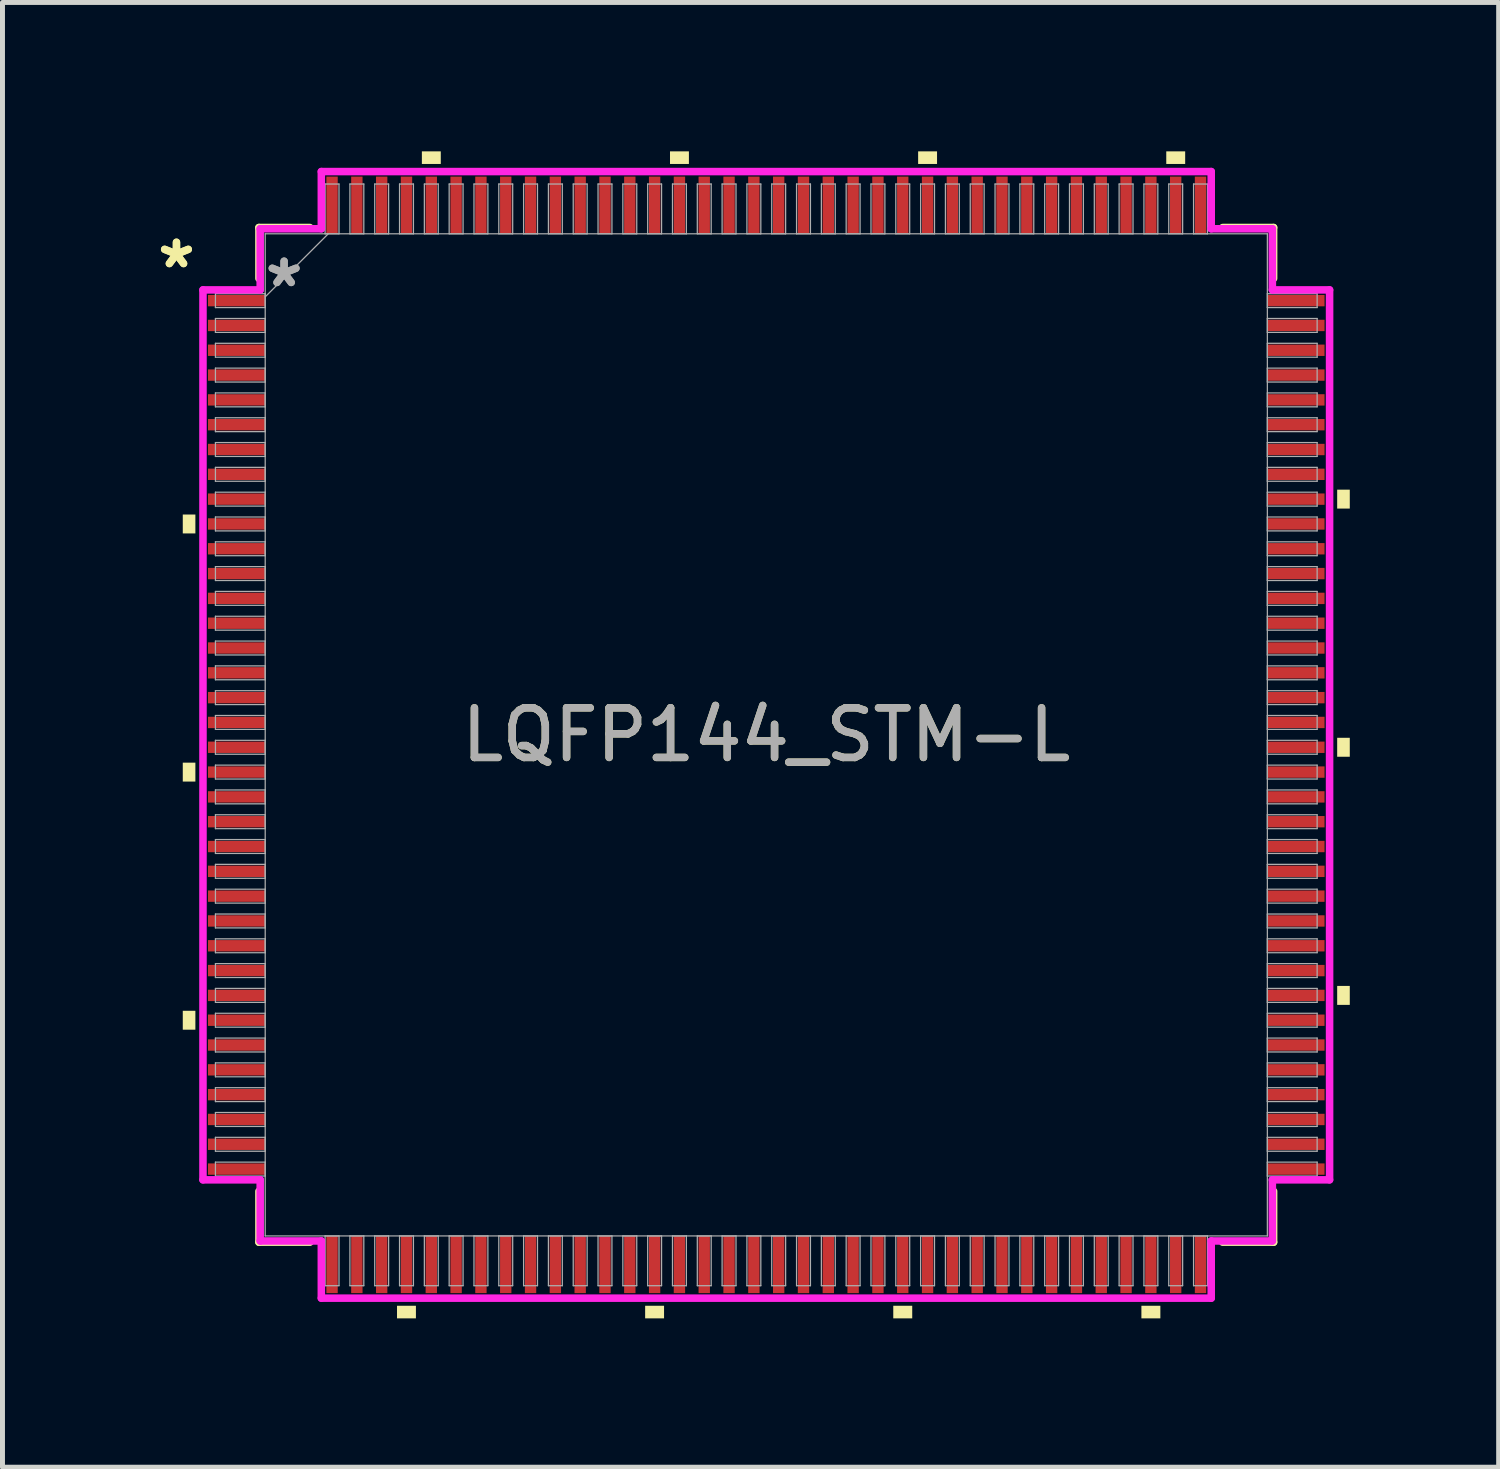
<source format=kicad_pcb>
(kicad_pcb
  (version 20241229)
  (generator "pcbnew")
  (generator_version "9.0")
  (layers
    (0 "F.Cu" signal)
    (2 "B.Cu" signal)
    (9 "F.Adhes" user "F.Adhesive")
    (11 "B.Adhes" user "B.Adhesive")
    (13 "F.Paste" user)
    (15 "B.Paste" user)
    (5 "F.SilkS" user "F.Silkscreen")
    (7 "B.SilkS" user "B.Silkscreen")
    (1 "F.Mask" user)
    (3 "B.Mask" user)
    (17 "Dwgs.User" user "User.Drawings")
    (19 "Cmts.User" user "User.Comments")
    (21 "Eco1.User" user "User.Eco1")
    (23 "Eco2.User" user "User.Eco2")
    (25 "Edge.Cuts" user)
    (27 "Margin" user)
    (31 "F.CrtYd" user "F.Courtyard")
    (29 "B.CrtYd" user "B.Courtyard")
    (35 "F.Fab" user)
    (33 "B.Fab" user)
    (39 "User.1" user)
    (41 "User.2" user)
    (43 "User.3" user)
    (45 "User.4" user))
  (footprint "LQFP144_STM-L"
    (layer "F.Cu")
    (at 12.391 11.758)
    (property "Reference" "LQFP144_STM-L" (at 0 0 0) (unlocked yes) (layer "F.SilkS") (effects (font (size 1 1) (thickness 0.15))))
    (attr smd)
    (fp_line (start -10.223 -10.223) (end -10.223 -9.197) (stroke (width 0.152) (type solid)) (layer "F.SilkS"))
    (fp_line (start -10.223 9.197) (end -10.223 10.223) (stroke (width 0.152) (type solid)) (layer "F.SilkS"))
    (fp_line (start -10.223 10.223) (end -9.197 10.223) (stroke (width 0.152) (type solid)) (layer "F.SilkS"))
    (fp_line (start -9.197 -10.223) (end -10.223 -10.223) (stroke (width 0.152) (type solid)) (layer "F.SilkS"))
    (fp_line (start 9.197 10.223) (end 10.223 10.223) (stroke (width 0.152) (type solid)) (layer "F.SilkS"))
    (fp_line (start 10.223 -10.223) (end 9.197 -10.223) (stroke (width 0.152) (type solid)) (layer "F.SilkS"))
    (fp_line (start 10.223 -9.197) (end 10.223 -10.223) (stroke (width 0.152) (type solid)) (layer "F.SilkS"))
    (fp_line (start 10.223 10.223) (end 10.223 9.197) (stroke (width 0.152) (type solid)) (layer "F.SilkS"))
    (fp_poly (pts (xy -11.758 -4.44) (xy -11.758 -4.059) (xy -11.504 -4.059) (xy -11.504 -4.44)) (stroke (width 0) (type solid)) (fill yes) (layer "F.SilkS"))
    (fp_poly (pts (xy -11.758 0.56) (xy -11.758 0.941) (xy -11.504 0.941) (xy -11.504 0.56)) (stroke (width 0) (type solid)) (fill yes) (layer "F.SilkS"))
    (fp_poly (pts (xy -11.758 5.56) (xy -11.758 5.941) (xy -11.504 5.941) (xy -11.504 5.56)) (stroke (width 0) (type solid)) (fill yes) (layer "F.SilkS"))
    (fp_poly (pts (xy -7.441 11.504) (xy -7.441 11.758) (xy -7.06 11.758) (xy -7.06 11.504)) (stroke (width 0) (type solid)) (fill yes) (layer "F.SilkS"))
    (fp_poly (pts (xy -6.94 -11.504) (xy -6.94 -11.758) (xy -6.559 -11.758) (xy -6.559 -11.504)) (stroke (width 0) (type solid)) (fill yes) (layer "F.SilkS"))
    (fp_poly (pts (xy -2.441 11.504) (xy -2.441 11.758) (xy -2.06 11.758) (xy -2.06 11.504)) (stroke (width 0) (type solid)) (fill yes) (layer "F.SilkS"))
    (fp_poly (pts (xy -1.94 -11.504) (xy -1.94 -11.758) (xy -1.559 -11.758) (xy -1.559 -11.504)) (stroke (width 0) (type solid)) (fill yes) (layer "F.SilkS"))
    (fp_poly (pts (xy 2.559 11.504) (xy 2.559 11.758) (xy 2.941 11.758) (xy 2.941 11.504)) (stroke (width 0) (type solid)) (fill yes) (layer "F.SilkS"))
    (fp_poly (pts (xy 3.06 -11.504) (xy 3.06 -11.758) (xy 3.441 -11.758) (xy 3.441 -11.504)) (stroke (width 0) (type solid)) (fill yes) (layer "F.SilkS"))
    (fp_poly (pts (xy 7.559 11.504) (xy 7.559 11.758) (xy 7.941 11.758) (xy 7.941 11.504)) (stroke (width 0) (type solid)) (fill yes) (layer "F.SilkS"))
    (fp_poly (pts (xy 8.06 -11.504) (xy 8.06 -11.758) (xy 8.441 -11.758) (xy 8.441 -11.504)) (stroke (width 0) (type solid)) (fill yes) (layer "F.SilkS"))
    (fp_poly (pts (xy 11.758 -4.941) (xy 11.758 -4.56) (xy 11.504 -4.56) (xy 11.504 -4.941)) (stroke (width 0) (type solid)) (fill yes) (layer "F.SilkS"))
    (fp_poly (pts (xy 11.758 0.059) (xy 11.758 0.441) (xy 11.504 0.441) (xy 11.504 0.059)) (stroke (width 0) (type solid)) (fill yes) (layer "F.SilkS"))
    (fp_poly (pts (xy 11.758 5.059) (xy 11.758 5.441) (xy 11.504 5.441) (xy 11.504 5.059)) (stroke (width 0) (type solid)) (fill yes) (layer "F.SilkS"))
    (fp_line (start -11.351 -8.966) (end -10.198 -8.966) (stroke (width 0.152) (type solid)) (layer "F.CrtYd"))
    (fp_line (start -11.351 8.966) (end -11.351 -8.966) (stroke (width 0.152) (type solid)) (layer "F.CrtYd"))
    (fp_line (start -10.198 -10.198) (end -8.966 -10.198) (stroke (width 0.152) (type solid)) (layer "F.CrtYd"))
    (fp_line (start -10.198 -8.966) (end -10.198 -10.198) (stroke (width 0.152) (type solid)) (layer "F.CrtYd"))
    (fp_line (start -10.198 8.966) (end -11.351 8.966) (stroke (width 0.152) (type solid)) (layer "F.CrtYd"))
    (fp_line (start -10.198 10.198) (end -10.198 8.966) (stroke (width 0.152) (type solid)) (layer "F.CrtYd"))
    (fp_line (start -10.198 10.198) (end -8.966 10.198) (stroke (width 0.152) (type solid)) (layer "F.CrtYd"))
    (fp_line (start -8.966 -11.351) (end 8.966 -11.351) (stroke (width 0.152) (type solid)) (layer "F.CrtYd"))
    (fp_line (start -8.966 -10.198) (end -8.966 -11.351) (stroke (width 0.152) (type solid)) (layer "F.CrtYd"))
    (fp_line (start -8.966 10.198) (end -8.966 11.351) (stroke (width 0.152) (type solid)) (layer "F.CrtYd"))
    (fp_line (start -8.966 11.351) (end 8.966 11.351) (stroke (width 0.152) (type solid)) (layer "F.CrtYd"))
    (fp_line (start 8.966 -11.351) (end 8.966 -10.198) (stroke (width 0.152) (type solid)) (layer "F.CrtYd"))
    (fp_line (start 8.966 -10.198) (end 10.198 -10.198) (stroke (width 0.152) (type solid)) (layer "F.CrtYd"))
    (fp_line (start 8.966 10.198) (end 10.198 10.198) (stroke (width 0.152) (type solid)) (layer "F.CrtYd"))
    (fp_line (start 8.966 11.351) (end 8.966 10.198) (stroke (width 0.152) (type solid)) (layer "F.CrtYd"))
    (fp_line (start 10.198 -8.966) (end 10.198 -10.198) (stroke (width 0.152) (type solid)) (layer "F.CrtYd"))
    (fp_line (start 10.198 8.966) (end 11.351 8.966) (stroke (width 0.152) (type solid)) (layer "F.CrtYd"))
    (fp_line (start 10.198 10.198) (end 10.198 8.966) (stroke (width 0.152) (type solid)) (layer "F.CrtYd"))
    (fp_line (start 11.351 -8.966) (end 10.198 -8.966) (stroke (width 0.152) (type solid)) (layer "F.CrtYd"))
    (fp_line (start 11.351 8.966) (end 11.351 -8.966) (stroke (width 0.152) (type solid)) (layer "F.CrtYd"))
    (fp_line (start -11.1 -8.89) (end -11.1 -8.61) (stroke (width 0.025) (type solid)) (layer "F.Fab"))
    (fp_line (start -11.1 -8.61) (end -10.097 -8.61) (stroke (width 0.025) (type solid)) (layer "F.Fab"))
    (fp_line (start -11.1 -8.39) (end -11.1 -8.11) (stroke (width 0.025) (type solid)) (layer "F.Fab"))
    (fp_line (start -11.1 -8.11) (end -10.097 -8.11) (stroke (width 0.025) (type solid)) (layer "F.Fab"))
    (fp_line (start -11.1 -7.89) (end -11.1 -7.61) (stroke (width 0.025) (type solid)) (layer "F.Fab"))
    (fp_line (start -11.1 -7.61) (end -10.097 -7.61) (stroke (width 0.025) (type solid)) (layer "F.Fab"))
    (fp_line (start -11.1 -7.39) (end -11.1 -7.11) (stroke (width 0.025) (type solid)) (layer "F.Fab"))
    (fp_line (start -11.1 -7.11) (end -10.097 -7.11) (stroke (width 0.025) (type solid)) (layer "F.Fab"))
    (fp_line (start -11.1 -6.89) (end -11.1 -6.61) (stroke (width 0.025) (type solid)) (layer "F.Fab"))
    (fp_line (start -11.1 -6.61) (end -10.097 -6.61) (stroke (width 0.025) (type solid)) (layer "F.Fab"))
    (fp_line (start -11.1 -6.39) (end -11.1 -6.11) (stroke (width 0.025) (type solid)) (layer "F.Fab"))
    (fp_line (start -11.1 -6.11) (end -10.097 -6.11) (stroke (width 0.025) (type solid)) (layer "F.Fab"))
    (fp_line (start -11.1 -5.89) (end -11.1 -5.61) (stroke (width 0.025) (type solid)) (layer "F.Fab"))
    (fp_line (start -11.1 -5.61) (end -10.097 -5.61) (stroke (width 0.025) (type solid)) (layer "F.Fab"))
    (fp_line (start -11.1 -5.39) (end -11.1 -5.11) (stroke (width 0.025) (type solid)) (layer "F.Fab"))
    (fp_line (start -11.1 -5.11) (end -10.097 -5.11) (stroke (width 0.025) (type solid)) (layer "F.Fab"))
    (fp_line (start -11.1 -4.89) (end -11.1 -4.61) (stroke (width 0.025) (type solid)) (layer "F.Fab"))
    (fp_line (start -11.1 -4.61) (end -10.097 -4.61) (stroke (width 0.025) (type solid)) (layer "F.Fab"))
    (fp_line (start -11.1 -4.39) (end -11.1 -4.11) (stroke (width 0.025) (type solid)) (layer "F.Fab"))
    (fp_line (start -11.1 -4.11) (end -10.097 -4.11) (stroke (width 0.025) (type solid)) (layer "F.Fab"))
    (fp_line (start -11.1 -3.89) (end -11.1 -3.61) (stroke (width 0.025) (type solid)) (layer "F.Fab"))
    (fp_line (start -11.1 -3.61) (end -10.097 -3.61) (stroke (width 0.025) (type solid)) (layer "F.Fab"))
    (fp_line (start -11.1 -3.39) (end -11.1 -3.11) (stroke (width 0.025) (type solid)) (layer "F.Fab"))
    (fp_line (start -11.1 -3.11) (end -10.097 -3.11) (stroke (width 0.025) (type solid)) (layer "F.Fab"))
    (fp_line (start -11.1 -2.89) (end -11.1 -2.61) (stroke (width 0.025) (type solid)) (layer "F.Fab"))
    (fp_line (start -11.1 -2.61) (end -10.097 -2.61) (stroke (width 0.025) (type solid)) (layer "F.Fab"))
    (fp_line (start -11.1 -2.39) (end -11.1 -2.11) (stroke (width 0.025) (type solid)) (layer "F.Fab"))
    (fp_line (start -11.1 -2.11) (end -10.097 -2.11) (stroke (width 0.025) (type solid)) (layer "F.Fab"))
    (fp_line (start -11.1 -1.89) (end -11.1 -1.61) (stroke (width 0.025) (type solid)) (layer "F.Fab"))
    (fp_line (start -11.1 -1.61) (end -10.097 -1.61) (stroke (width 0.025) (type solid)) (layer "F.Fab"))
    (fp_line (start -11.1 -1.39) (end -11.1 -1.11) (stroke (width 0.025) (type solid)) (layer "F.Fab"))
    (fp_line (start -11.1 -1.11) (end -10.097 -1.11) (stroke (width 0.025) (type solid)) (layer "F.Fab"))
    (fp_line (start -11.1 -0.89) (end -11.1 -0.61) (stroke (width 0.025) (type solid)) (layer "F.Fab"))
    (fp_line (start -11.1 -0.61) (end -10.097 -0.61) (stroke (width 0.025) (type solid)) (layer "F.Fab"))
    (fp_line (start -11.1 -0.39) (end -11.1 -0.11) (stroke (width 0.025) (type solid)) (layer "F.Fab"))
    (fp_line (start -11.1 -0.11) (end -10.097 -0.11) (stroke (width 0.025) (type solid)) (layer "F.Fab"))
    (fp_line (start -11.1 0.11) (end -11.1 0.39) (stroke (width 0.025) (type solid)) (layer "F.Fab"))
    (fp_line (start -11.1 0.39) (end -10.097 0.39) (stroke (width 0.025) (type solid)) (layer "F.Fab"))
    (fp_line (start -11.1 0.61) (end -11.1 0.89) (stroke (width 0.025) (type solid)) (layer "F.Fab"))
    (fp_line (start -11.1 0.89) (end -10.097 0.89) (stroke (width 0.025) (type solid)) (layer "F.Fab"))
    (fp_line (start -11.1 1.11) (end -11.1 1.39) (stroke (width 0.025) (type solid)) (layer "F.Fab"))
    (fp_line (start -11.1 1.39) (end -10.097 1.39) (stroke (width 0.025) (type solid)) (layer "F.Fab"))
    (fp_line (start -11.1 1.61) (end -11.1 1.89) (stroke (width 0.025) (type solid)) (layer "F.Fab"))
    (fp_line (start -11.1 1.89) (end -10.097 1.89) (stroke (width 0.025) (type solid)) (layer "F.Fab"))
    (fp_line (start -11.1 2.11) (end -11.1 2.39) (stroke (width 0.025) (type solid)) (layer "F.Fab"))
    (fp_line (start -11.1 2.39) (end -10.097 2.39) (stroke (width 0.025) (type solid)) (layer "F.Fab"))
    (fp_line (start -11.1 2.61) (end -11.1 2.89) (stroke (width 0.025) (type solid)) (layer "F.Fab"))
    (fp_line (start -11.1 2.89) (end -10.097 2.89) (stroke (width 0.025) (type solid)) (layer "F.Fab"))
    (fp_line (start -11.1 3.11) (end -11.1 3.39) (stroke (width 0.025) (type solid)) (layer "F.Fab"))
    (fp_line (start -11.1 3.39) (end -10.097 3.39) (stroke (width 0.025) (type solid)) (layer "F.Fab"))
    (fp_line (start -11.1 3.61) (end -11.1 3.89) (stroke (width 0.025) (type solid)) (layer "F.Fab"))
    (fp_line (start -11.1 3.89) (end -10.097 3.89) (stroke (width 0.025) (type solid)) (layer "F.Fab"))
    (fp_line (start -11.1 4.11) (end -11.1 4.39) (stroke (width 0.025) (type solid)) (layer "F.Fab"))
    (fp_line (start -11.1 4.39) (end -10.097 4.39) (stroke (width 0.025) (type solid)) (layer "F.Fab"))
    (fp_line (start -11.1 4.61) (end -11.1 4.89) (stroke (width 0.025) (type solid)) (layer "F.Fab"))
    (fp_line (start -11.1 4.89) (end -10.097 4.89) (stroke (width 0.025) (type solid)) (layer "F.Fab"))
    (fp_line (start -11.1 5.11) (end -11.1 5.39) (stroke (width 0.025) (type solid)) (layer "F.Fab"))
    (fp_line (start -11.1 5.39) (end -10.097 5.39) (stroke (width 0.025) (type solid)) (layer "F.Fab"))
    (fp_line (start -11.1 5.61) (end -11.1 5.89) (stroke (width 0.025) (type solid)) (layer "F.Fab"))
    (fp_line (start -11.1 5.89) (end -10.097 5.89) (stroke (width 0.025) (type solid)) (layer "F.Fab"))
    (fp_line (start -11.1 6.11) (end -11.1 6.39) (stroke (width 0.025) (type solid)) (layer "F.Fab"))
    (fp_line (start -11.1 6.39) (end -10.097 6.39) (stroke (width 0.025) (type solid)) (layer "F.Fab"))
    (fp_line (start -11.1 6.61) (end -11.1 6.89) (stroke (width 0.025) (type solid)) (layer "F.Fab"))
    (fp_line (start -11.1 6.89) (end -10.097 6.89) (stroke (width 0.025) (type solid)) (layer "F.Fab"))
    (fp_line (start -11.1 7.11) (end -11.1 7.39) (stroke (width 0.025) (type solid)) (layer "F.Fab"))
    (fp_line (start -11.1 7.39) (end -10.097 7.39) (stroke (width 0.025) (type solid)) (layer "F.Fab"))
    (fp_line (start -11.1 7.61) (end -11.1 7.89) (stroke (width 0.025) (type solid)) (layer "F.Fab"))
    (fp_line (start -11.1 7.89) (end -10.097 7.89) (stroke (width 0.025) (type solid)) (layer "F.Fab"))
    (fp_line (start -11.1 8.11) (end -11.1 8.39) (stroke (width 0.025) (type solid)) (layer "F.Fab"))
    (fp_line (start -11.1 8.39) (end -10.097 8.39) (stroke (width 0.025) (type solid)) (layer "F.Fab"))
    (fp_line (start -11.1 8.61) (end -11.1 8.89) (stroke (width 0.025) (type solid)) (layer "F.Fab"))
    (fp_line (start -11.1 8.89) (end -10.097 8.89) (stroke (width 0.025) (type solid)) (layer "F.Fab"))
    (fp_line (start -10.097 -10.097) (end -10.097 10.097) (stroke (width 0.025) (type solid)) (layer "F.Fab"))
    (fp_line (start -10.097 -8.89) (end -11.1 -8.89) (stroke (width 0.025) (type solid)) (layer "F.Fab"))
    (fp_line (start -10.097 -8.826) (end -8.826 -10.097) (stroke (width 0.025) (type solid)) (layer "F.Fab"))
    (fp_line (start -10.097 -8.61) (end -10.097 -8.89) (stroke (width 0.025) (type solid)) (layer "F.Fab"))
    (fp_line (start -10.097 -8.39) (end -11.1 -8.39) (stroke (width 0.025) (type solid)) (layer "F.Fab"))
    (fp_line (start -10.097 -8.11) (end -10.097 -8.39) (stroke (width 0.025) (type solid)) (layer "F.Fab"))
    (fp_line (start -10.097 -7.89) (end -11.1 -7.89) (stroke (width 0.025) (type solid)) (layer "F.Fab"))
    (fp_line (start -10.097 -7.61) (end -10.097 -7.89) (stroke (width 0.025) (type solid)) (layer "F.Fab"))
    (fp_line (start -10.097 -7.39) (end -11.1 -7.39) (stroke (width 0.025) (type solid)) (layer "F.Fab"))
    (fp_line (start -10.097 -7.11) (end -10.097 -7.39) (stroke (width 0.025) (type solid)) (layer "F.Fab"))
    (fp_line (start -10.097 -6.89) (end -11.1 -6.89) (stroke (width 0.025) (type solid)) (layer "F.Fab"))
    (fp_line (start -10.097 -6.61) (end -10.097 -6.89) (stroke (width 0.025) (type solid)) (layer "F.Fab"))
    (fp_line (start -10.097 -6.39) (end -11.1 -6.39) (stroke (width 0.025) (type solid)) (layer "F.Fab"))
    (fp_line (start -10.097 -6.11) (end -10.097 -6.39) (stroke (width 0.025) (type solid)) (layer "F.Fab"))
    (fp_line (start -10.097 -5.89) (end -11.1 -5.89) (stroke (width 0.025) (type solid)) (layer "F.Fab"))
    (fp_line (start -10.097 -5.61) (end -10.097 -5.89) (stroke (width 0.025) (type solid)) (layer "F.Fab"))
    (fp_line (start -10.097 -5.39) (end -11.1 -5.39) (stroke (width 0.025) (type solid)) (layer "F.Fab"))
    (fp_line (start -10.097 -5.11) (end -10.097 -5.39) (stroke (width 0.025) (type solid)) (layer "F.Fab"))
    (fp_line (start -10.097 -4.89) (end -11.1 -4.89) (stroke (width 0.025) (type solid)) (layer "F.Fab"))
    (fp_line (start -10.097 -4.61) (end -10.097 -4.89) (stroke (width 0.025) (type solid)) (layer "F.Fab"))
    (fp_line (start -10.097 -4.39) (end -11.1 -4.39) (stroke (width 0.025) (type solid)) (layer "F.Fab"))
    (fp_line (start -10.097 -4.11) (end -10.097 -4.39) (stroke (width 0.025) (type solid)) (layer "F.Fab"))
    (fp_line (start -10.097 -3.89) (end -11.1 -3.89) (stroke (width 0.025) (type solid)) (layer "F.Fab"))
    (fp_line (start -10.097 -3.61) (end -10.097 -3.89) (stroke (width 0.025) (type solid)) (layer "F.Fab"))
    (fp_line (start -10.097 -3.39) (end -11.1 -3.39) (stroke (width 0.025) (type solid)) (layer "F.Fab"))
    (fp_line (start -10.097 -3.11) (end -10.097 -3.39) (stroke (width 0.025) (type solid)) (layer "F.Fab"))
    (fp_line (start -10.097 -2.89) (end -11.1 -2.89) (stroke (width 0.025) (type solid)) (layer "F.Fab"))
    (fp_line (start -10.097 -2.61) (end -10.097 -2.89) (stroke (width 0.025) (type solid)) (layer "F.Fab"))
    (fp_line (start -10.097 -2.39) (end -11.1 -2.39) (stroke (width 0.025) (type solid)) (layer "F.Fab"))
    (fp_line (start -10.097 -2.11) (end -10.097 -2.39) (stroke (width 0.025) (type solid)) (layer "F.Fab"))
    (fp_line (start -10.097 -1.89) (end -11.1 -1.89) (stroke (width 0.025) (type solid)) (layer "F.Fab"))
    (fp_line (start -10.097 -1.61) (end -10.097 -1.89) (stroke (width 0.025) (type solid)) (layer "F.Fab"))
    (fp_line (start -10.097 -1.39) (end -11.1 -1.39) (stroke (width 0.025) (type solid)) (layer "F.Fab"))
    (fp_line (start -10.097 -1.11) (end -10.097 -1.39) (stroke (width 0.025) (type solid)) (layer "F.Fab"))
    (fp_line (start -10.097 -0.89) (end -11.1 -0.89) (stroke (width 0.025) (type solid)) (layer "F.Fab"))
    (fp_line (start -10.097 -0.61) (end -10.097 -0.89) (stroke (width 0.025) (type solid)) (layer "F.Fab"))
    (fp_line (start -10.097 -0.39) (end -11.1 -0.39) (stroke (width 0.025) (type solid)) (layer "F.Fab"))
    (fp_line (start -10.097 -0.11) (end -10.097 -0.39) (stroke (width 0.025) (type solid)) (layer "F.Fab"))
    (fp_line (start -10.097 0.11) (end -11.1 0.11) (stroke (width 0.025) (type solid)) (layer "F.Fab"))
    (fp_line (start -10.097 0.39) (end -10.097 0.11) (stroke (width 0.025) (type solid)) (layer "F.Fab"))
    (fp_line (start -10.097 0.61) (end -11.1 0.61) (stroke (width 0.025) (type solid)) (layer "F.Fab"))
    (fp_line (start -10.097 0.89) (end -10.097 0.61) (stroke (width 0.025) (type solid)) (layer "F.Fab"))
    (fp_line (start -10.097 1.11) (end -11.1 1.11) (stroke (width 0.025) (type solid)) (layer "F.Fab"))
    (fp_line (start -10.097 1.39) (end -10.097 1.11) (stroke (width 0.025) (type solid)) (layer "F.Fab"))
    (fp_line (start -10.097 1.61) (end -11.1 1.61) (stroke (width 0.025) (type solid)) (layer "F.Fab"))
    (fp_line (start -10.097 1.89) (end -10.097 1.61) (stroke (width 0.025) (type solid)) (layer "F.Fab"))
    (fp_line (start -10.097 2.11) (end -11.1 2.11) (stroke (width 0.025) (type solid)) (layer "F.Fab"))
    (fp_line (start -10.097 2.39) (end -10.097 2.11) (stroke (width 0.025) (type solid)) (layer "F.Fab"))
    (fp_line (start -10.097 2.61) (end -11.1 2.61) (stroke (width 0.025) (type solid)) (layer "F.Fab"))
    (fp_line (start -10.097 2.89) (end -10.097 2.61) (stroke (width 0.025) (type solid)) (layer "F.Fab"))
    (fp_line (start -10.097 3.11) (end -11.1 3.11) (stroke (width 0.025) (type solid)) (layer "F.Fab"))
    (fp_line (start -10.097 3.39) (end -10.097 3.11) (stroke (width 0.025) (type solid)) (layer "F.Fab"))
    (fp_line (start -10.097 3.61) (end -11.1 3.61) (stroke (width 0.025) (type solid)) (layer "F.Fab"))
    (fp_line (start -10.097 3.89) (end -10.097 3.61) (stroke (width 0.025) (type solid)) (layer "F.Fab"))
    (fp_line (start -10.097 4.11) (end -11.1 4.11) (stroke (width 0.025) (type solid)) (layer "F.Fab"))
    (fp_line (start -10.097 4.39) (end -10.097 4.11) (stroke (width 0.025) (type solid)) (layer "F.Fab"))
    (fp_line (start -10.097 4.61) (end -11.1 4.61) (stroke (width 0.025) (type solid)) (layer "F.Fab"))
    (fp_line (start -10.097 4.89) (end -10.097 4.61) (stroke (width 0.025) (type solid)) (layer "F.Fab"))
    (fp_line (start -10.097 5.11) (end -11.1 5.11) (stroke (width 0.025) (type solid)) (layer "F.Fab"))
    (fp_line (start -10.097 5.39) (end -10.097 5.11) (stroke (width 0.025) (type solid)) (layer "F.Fab"))
    (fp_line (start -10.097 5.61) (end -11.1 5.61) (stroke (width 0.025) (type solid)) (layer "F.Fab"))
    (fp_line (start -10.097 5.89) (end -10.097 5.61) (stroke (width 0.025) (type solid)) (layer "F.Fab"))
    (fp_line (start -10.097 6.11) (end -11.1 6.11) (stroke (width 0.025) (type solid)) (layer "F.Fab"))
    (fp_line (start -10.097 6.39) (end -10.097 6.11) (stroke (width 0.025) (type solid)) (layer "F.Fab"))
    (fp_line (start -10.097 6.61) (end -11.1 6.61) (stroke (width 0.025) (type solid)) (layer "F.Fab"))
    (fp_line (start -10.097 6.89) (end -10.097 6.61) (stroke (width 0.025) (type solid)) (layer "F.Fab"))
    (fp_line (start -10.097 7.11) (end -11.1 7.11) (stroke (width 0.025) (type solid)) (layer "F.Fab"))
    (fp_line (start -10.097 7.39) (end -10.097 7.11) (stroke (width 0.025) (type solid)) (layer "F.Fab"))
    (fp_line (start -10.097 7.61) (end -11.1 7.61) (stroke (width 0.025) (type solid)) (layer "F.Fab"))
    (fp_line (start -10.097 7.89) (end -10.097 7.61) (stroke (width 0.025) (type solid)) (layer "F.Fab"))
    (fp_line (start -10.097 8.11) (end -11.1 8.11) (stroke (width 0.025) (type solid)) (layer "F.Fab"))
    (fp_line (start -10.097 8.39) (end -10.097 8.11) (stroke (width 0.025) (type solid)) (layer "F.Fab"))
    (fp_line (start -10.097 8.61) (end -11.1 8.61) (stroke (width 0.025) (type solid)) (layer "F.Fab"))
    (fp_line (start -10.097 8.89) (end -10.097 8.61) (stroke (width 0.025) (type solid)) (layer "F.Fab"))
    (fp_line (start -10.097 10.097) (end 10.097 10.097) (stroke (width 0.025) (type solid)) (layer "F.Fab"))
    (fp_line (start -8.89 -11.1) (end -8.89 -10.097) (stroke (width 0.025) (type solid)) (layer "F.Fab"))
    (fp_line (start -8.89 -10.097) (end -8.61 -10.097) (stroke (width 0.025) (type solid)) (layer "F.Fab"))
    (fp_line (start -8.89 10.097) (end -8.89 11.1) (stroke (width 0.025) (type solid)) (layer "F.Fab"))
    (fp_line (start -8.89 11.1) (end -8.61 11.1) (stroke (width 0.025) (type solid)) (layer "F.Fab"))
    (fp_line (start -8.61 -11.1) (end -8.89 -11.1) (stroke (width 0.025) (type solid)) (layer "F.Fab"))
    (fp_line (start -8.61 -10.097) (end -8.61 -11.1) (stroke (width 0.025) (type solid)) (layer "F.Fab"))
    (fp_line (start -8.61 10.097) (end -8.89 10.097) (stroke (width 0.025) (type solid)) (layer "F.Fab"))
    (fp_line (start -8.61 11.1) (end -8.61 10.097) (stroke (width 0.025) (type solid)) (layer "F.Fab"))
    (fp_line (start -8.39 -11.1) (end -8.39 -10.097) (stroke (width 0.025) (type solid)) (layer "F.Fab"))
    (fp_line (start -8.39 -10.097) (end -8.11 -10.097) (stroke (width 0.025) (type solid)) (layer "F.Fab"))
    (fp_line (start -8.39 10.097) (end -8.39 11.1) (stroke (width 0.025) (type solid)) (layer "F.Fab"))
    (fp_line (start -8.39 11.1) (end -8.11 11.1) (stroke (width 0.025) (type solid)) (layer "F.Fab"))
    (fp_line (start -8.11 -11.1) (end -8.39 -11.1) (stroke (width 0.025) (type solid)) (layer "F.Fab"))
    (fp_line (start -8.11 -10.097) (end -8.11 -11.1) (stroke (width 0.025) (type solid)) (layer "F.Fab"))
    (fp_line (start -8.11 10.097) (end -8.39 10.097) (stroke (width 0.025) (type solid)) (layer "F.Fab"))
    (fp_line (start -8.11 11.1) (end -8.11 10.097) (stroke (width 0.025) (type solid)) (layer "F.Fab"))
    (fp_line (start -7.89 -11.1) (end -7.89 -10.097) (stroke (width 0.025) (type solid)) (layer "F.Fab"))
    (fp_line (start -7.89 -10.097) (end -7.61 -10.097) (stroke (width 0.025) (type solid)) (layer "F.Fab"))
    (fp_line (start -7.89 10.097) (end -7.89 11.1) (stroke (width 0.025) (type solid)) (layer "F.Fab"))
    (fp_line (start -7.89 11.1) (end -7.61 11.1) (stroke (width 0.025) (type solid)) (layer "F.Fab"))
    (fp_line (start -7.61 -11.1) (end -7.89 -11.1) (stroke (width 0.025) (type solid)) (layer "F.Fab"))
    (fp_line (start -7.61 -10.097) (end -7.61 -11.1) (stroke (width 0.025) (type solid)) (layer "F.Fab"))
    (fp_line (start -7.61 10.097) (end -7.89 10.097) (stroke (width 0.025) (type solid)) (layer "F.Fab"))
    (fp_line (start -7.61 11.1) (end -7.61 10.097) (stroke (width 0.025) (type solid)) (layer "F.Fab"))
    (fp_line (start -7.39 -11.1) (end -7.39 -10.097) (stroke (width 0.025) (type solid)) (layer "F.Fab"))
    (fp_line (start -7.39 -10.097) (end -7.11 -10.097) (stroke (width 0.025) (type solid)) (layer "F.Fab"))
    (fp_line (start -7.39 10.097) (end -7.39 11.1) (stroke (width 0.025) (type solid)) (layer "F.Fab"))
    (fp_line (start -7.39 11.1) (end -7.11 11.1) (stroke (width 0.025) (type solid)) (layer "F.Fab"))
    (fp_line (start -7.11 -11.1) (end -7.39 -11.1) (stroke (width 0.025) (type solid)) (layer "F.Fab"))
    (fp_line (start -7.11 -10.097) (end -7.11 -11.1) (stroke (width 0.025) (type solid)) (layer "F.Fab"))
    (fp_line (start -7.11 10.097) (end -7.39 10.097) (stroke (width 0.025) (type solid)) (layer "F.Fab"))
    (fp_line (start -7.11 11.1) (end -7.11 10.097) (stroke (width 0.025) (type solid)) (layer "F.Fab"))
    (fp_line (start -6.89 -11.1) (end -6.89 -10.097) (stroke (width 0.025) (type solid)) (layer "F.Fab"))
    (fp_line (start -6.89 -10.097) (end -6.61 -10.097) (stroke (width 0.025) (type solid)) (layer "F.Fab"))
    (fp_line (start -6.89 10.097) (end -6.89 11.1) (stroke (width 0.025) (type solid)) (layer "F.Fab"))
    (fp_line (start -6.89 11.1) (end -6.61 11.1) (stroke (width 0.025) (type solid)) (layer "F.Fab"))
    (fp_line (start -6.61 -11.1) (end -6.89 -11.1) (stroke (width 0.025) (type solid)) (layer "F.Fab"))
    (fp_line (start -6.61 -10.097) (end -6.61 -11.1) (stroke (width 0.025) (type solid)) (layer "F.Fab"))
    (fp_line (start -6.61 10.097) (end -6.89 10.097) (stroke (width 0.025) (type solid)) (layer "F.Fab"))
    (fp_line (start -6.61 11.1) (end -6.61 10.097) (stroke (width 0.025) (type solid)) (layer "F.Fab"))
    (fp_line (start -6.39 -11.1) (end -6.39 -10.097) (stroke (width 0.025) (type solid)) (layer "F.Fab"))
    (fp_line (start -6.39 -10.097) (end -6.11 -10.097) (stroke (width 0.025) (type solid)) (layer "F.Fab"))
    (fp_line (start -6.39 10.097) (end -6.39 11.1) (stroke (width 0.025) (type solid)) (layer "F.Fab"))
    (fp_line (start -6.39 11.1) (end -6.11 11.1) (stroke (width 0.025) (type solid)) (layer "F.Fab"))
    (fp_line (start -6.11 -11.1) (end -6.39 -11.1) (stroke (width 0.025) (type solid)) (layer "F.Fab"))
    (fp_line (start -6.11 -10.097) (end -6.11 -11.1) (stroke (width 0.025) (type solid)) (layer "F.Fab"))
    (fp_line (start -6.11 10.097) (end -6.39 10.097) (stroke (width 0.025) (type solid)) (layer "F.Fab"))
    (fp_line (start -6.11 11.1) (end -6.11 10.097) (stroke (width 0.025) (type solid)) (layer "F.Fab"))
    (fp_line (start -5.89 -11.1) (end -5.89 -10.097) (stroke (width 0.025) (type solid)) (layer "F.Fab"))
    (fp_line (start -5.89 -10.097) (end -5.61 -10.097) (stroke (width 0.025) (type solid)) (layer "F.Fab"))
    (fp_line (start -5.89 10.097) (end -5.89 11.1) (stroke (width 0.025) (type solid)) (layer "F.Fab"))
    (fp_line (start -5.89 11.1) (end -5.61 11.1) (stroke (width 0.025) (type solid)) (layer "F.Fab"))
    (fp_line (start -5.61 -11.1) (end -5.89 -11.1) (stroke (width 0.025) (type solid)) (layer "F.Fab"))
    (fp_line (start -5.61 -10.097) (end -5.61 -11.1) (stroke (width 0.025) (type solid)) (layer "F.Fab"))
    (fp_line (start -5.61 10.097) (end -5.89 10.097) (stroke (width 0.025) (type solid)) (layer "F.Fab"))
    (fp_line (start -5.61 11.1) (end -5.61 10.097) (stroke (width 0.025) (type solid)) (layer "F.Fab"))
    (fp_line (start -5.39 -11.1) (end -5.39 -10.097) (stroke (width 0.025) (type solid)) (layer "F.Fab"))
    (fp_line (start -5.39 -10.097) (end -5.11 -10.097) (stroke (width 0.025) (type solid)) (layer "F.Fab"))
    (fp_line (start -5.39 10.097) (end -5.39 11.1) (stroke (width 0.025) (type solid)) (layer "F.Fab"))
    (fp_line (start -5.39 11.1) (end -5.11 11.1) (stroke (width 0.025) (type solid)) (layer "F.Fab"))
    (fp_line (start -5.11 -11.1) (end -5.39 -11.1) (stroke (width 0.025) (type solid)) (layer "F.Fab"))
    (fp_line (start -5.11 -10.097) (end -5.11 -11.1) (stroke (width 0.025) (type solid)) (layer "F.Fab"))
    (fp_line (start -5.11 10.097) (end -5.39 10.097) (stroke (width 0.025) (type solid)) (layer "F.Fab"))
    (fp_line (start -5.11 11.1) (end -5.11 10.097) (stroke (width 0.025) (type solid)) (layer "F.Fab"))
    (fp_line (start -4.89 -11.1) (end -4.89 -10.097) (stroke (width 0.025) (type solid)) (layer "F.Fab"))
    (fp_line (start -4.89 -10.097) (end -4.61 -10.097) (stroke (width 0.025) (type solid)) (layer "F.Fab"))
    (fp_line (start -4.89 10.097) (end -4.89 11.1) (stroke (width 0.025) (type solid)) (layer "F.Fab"))
    (fp_line (start -4.89 11.1) (end -4.61 11.1) (stroke (width 0.025) (type solid)) (layer "F.Fab"))
    (fp_line (start -4.61 -11.1) (end -4.89 -11.1) (stroke (width 0.025) (type solid)) (layer "F.Fab"))
    (fp_line (start -4.61 -10.097) (end -4.61 -11.1) (stroke (width 0.025) (type solid)) (layer "F.Fab"))
    (fp_line (start -4.61 10.097) (end -4.89 10.097) (stroke (width 0.025) (type solid)) (layer "F.Fab"))
    (fp_line (start -4.61 11.1) (end -4.61 10.097) (stroke (width 0.025) (type solid)) (layer "F.Fab"))
    (fp_line (start -4.39 -11.1) (end -4.39 -10.097) (stroke (width 0.025) (type solid)) (layer "F.Fab"))
    (fp_line (start -4.39 -10.097) (end -4.11 -10.097) (stroke (width 0.025) (type solid)) (layer "F.Fab"))
    (fp_line (start -4.39 10.097) (end -4.39 11.1) (stroke (width 0.025) (type solid)) (layer "F.Fab"))
    (fp_line (start -4.39 11.1) (end -4.11 11.1) (stroke (width 0.025) (type solid)) (layer "F.Fab"))
    (fp_line (start -4.11 -11.1) (end -4.39 -11.1) (stroke (width 0.025) (type solid)) (layer "F.Fab"))
    (fp_line (start -4.11 -10.097) (end -4.11 -11.1) (stroke (width 0.025) (type solid)) (layer "F.Fab"))
    (fp_line (start -4.11 10.097) (end -4.39 10.097) (stroke (width 0.025) (type solid)) (layer "F.Fab"))
    (fp_line (start -4.11 11.1) (end -4.11 10.097) (stroke (width 0.025) (type solid)) (layer "F.Fab"))
    (fp_line (start -3.89 -11.1) (end -3.89 -10.097) (stroke (width 0.025) (type solid)) (layer "F.Fab"))
    (fp_line (start -3.89 -10.097) (end -3.61 -10.097) (stroke (width 0.025) (type solid)) (layer "F.Fab"))
    (fp_line (start -3.89 10.097) (end -3.89 11.1) (stroke (width 0.025) (type solid)) (layer "F.Fab"))
    (fp_line (start -3.89 11.1) (end -3.61 11.1) (stroke (width 0.025) (type solid)) (layer "F.Fab"))
    (fp_line (start -3.61 -11.1) (end -3.89 -11.1) (stroke (width 0.025) (type solid)) (layer "F.Fab"))
    (fp_line (start -3.61 -10.097) (end -3.61 -11.1) (stroke (width 0.025) (type solid)) (layer "F.Fab"))
    (fp_line (start -3.61 10.097) (end -3.89 10.097) (stroke (width 0.025) (type solid)) (layer "F.Fab"))
    (fp_line (start -3.61 11.1) (end -3.61 10.097) (stroke (width 0.025) (type solid)) (layer "F.Fab"))
    (fp_line (start -3.39 -11.1) (end -3.39 -10.097) (stroke (width 0.025) (type solid)) (layer "F.Fab"))
    (fp_line (start -3.39 -10.097) (end -3.11 -10.097) (stroke (width 0.025) (type solid)) (layer "F.Fab"))
    (fp_line (start -3.39 10.097) (end -3.39 11.1) (stroke (width 0.025) (type solid)) (layer "F.Fab"))
    (fp_line (start -3.39 11.1) (end -3.11 11.1) (stroke (width 0.025) (type solid)) (layer "F.Fab"))
    (fp_line (start -3.11 -11.1) (end -3.39 -11.1) (stroke (width 0.025) (type solid)) (layer "F.Fab"))
    (fp_line (start -3.11 -10.097) (end -3.11 -11.1) (stroke (width 0.025) (type solid)) (layer "F.Fab"))
    (fp_line (start -3.11 10.097) (end -3.39 10.097) (stroke (width 0.025) (type solid)) (layer "F.Fab"))
    (fp_line (start -3.11 11.1) (end -3.11 10.097) (stroke (width 0.025) (type solid)) (layer "F.Fab"))
    (fp_line (start -2.89 -11.1) (end -2.89 -10.097) (stroke (width 0.025) (type solid)) (layer "F.Fab"))
    (fp_line (start -2.89 -10.097) (end -2.61 -10.097) (stroke (width 0.025) (type solid)) (layer "F.Fab"))
    (fp_line (start -2.89 10.097) (end -2.89 11.1) (stroke (width 0.025) (type solid)) (layer "F.Fab"))
    (fp_line (start -2.89 11.1) (end -2.61 11.1) (stroke (width 0.025) (type solid)) (layer "F.Fab"))
    (fp_line (start -2.61 -11.1) (end -2.89 -11.1) (stroke (width 0.025) (type solid)) (layer "F.Fab"))
    (fp_line (start -2.61 -10.097) (end -2.61 -11.1) (stroke (width 0.025) (type solid)) (layer "F.Fab"))
    (fp_line (start -2.61 10.097) (end -2.89 10.097) (stroke (width 0.025) (type solid)) (layer "F.Fab"))
    (fp_line (start -2.61 11.1) (end -2.61 10.097) (stroke (width 0.025) (type solid)) (layer "F.Fab"))
    (fp_line (start -2.39 -11.1) (end -2.39 -10.097) (stroke (width 0.025) (type solid)) (layer "F.Fab"))
    (fp_line (start -2.39 -10.097) (end -2.11 -10.097) (stroke (width 0.025) (type solid)) (layer "F.Fab"))
    (fp_line (start -2.39 10.097) (end -2.39 11.1) (stroke (width 0.025) (type solid)) (layer "F.Fab"))
    (fp_line (start -2.39 11.1) (end -2.11 11.1) (stroke (width 0.025) (type solid)) (layer "F.Fab"))
    (fp_line (start -2.11 -11.1) (end -2.39 -11.1) (stroke (width 0.025) (type solid)) (layer "F.Fab"))
    (fp_line (start -2.11 -10.097) (end -2.11 -11.1) (stroke (width 0.025) (type solid)) (layer "F.Fab"))
    (fp_line (start -2.11 10.097) (end -2.39 10.097) (stroke (width 0.025) (type solid)) (layer "F.Fab"))
    (fp_line (start -2.11 11.1) (end -2.11 10.097) (stroke (width 0.025) (type solid)) (layer "F.Fab"))
    (fp_line (start -1.89 -11.1) (end -1.89 -10.097) (stroke (width 0.025) (type solid)) (layer "F.Fab"))
    (fp_line (start -1.89 -10.097) (end -1.61 -10.097) (stroke (width 0.025) (type solid)) (layer "F.Fab"))
    (fp_line (start -1.89 10.097) (end -1.89 11.1) (stroke (width 0.025) (type solid)) (layer "F.Fab"))
    (fp_line (start -1.89 11.1) (end -1.61 11.1) (stroke (width 0.025) (type solid)) (layer "F.Fab"))
    (fp_line (start -1.61 -11.1) (end -1.89 -11.1) (stroke (width 0.025) (type solid)) (layer "F.Fab"))
    (fp_line (start -1.61 -10.097) (end -1.61 -11.1) (stroke (width 0.025) (type solid)) (layer "F.Fab"))
    (fp_line (start -1.61 10.097) (end -1.89 10.097) (stroke (width 0.025) (type solid)) (layer "F.Fab"))
    (fp_line (start -1.61 11.1) (end -1.61 10.097) (stroke (width 0.025) (type solid)) (layer "F.Fab"))
    (fp_line (start -1.39 -11.1) (end -1.39 -10.097) (stroke (width 0.025) (type solid)) (layer "F.Fab"))
    (fp_line (start -1.39 -10.097) (end -1.11 -10.097) (stroke (width 0.025) (type solid)) (layer "F.Fab"))
    (fp_line (start -1.39 10.097) (end -1.39 11.1) (stroke (width 0.025) (type solid)) (layer "F.Fab"))
    (fp_line (start -1.39 11.1) (end -1.11 11.1) (stroke (width 0.025) (type solid)) (layer "F.Fab"))
    (fp_line (start -1.11 -11.1) (end -1.39 -11.1) (stroke (width 0.025) (type solid)) (layer "F.Fab"))
    (fp_line (start -1.11 -10.097) (end -1.11 -11.1) (stroke (width 0.025) (type solid)) (layer "F.Fab"))
    (fp_line (start -1.11 10.097) (end -1.39 10.097) (stroke (width 0.025) (type solid)) (layer "F.Fab"))
    (fp_line (start -1.11 11.1) (end -1.11 10.097) (stroke (width 0.025) (type solid)) (layer "F.Fab"))
    (fp_line (start -0.89 -11.1) (end -0.89 -10.097) (stroke (width 0.025) (type solid)) (layer "F.Fab"))
    (fp_line (start -0.89 -10.097) (end -0.61 -10.097) (stroke (width 0.025) (type solid)) (layer "F.Fab"))
    (fp_line (start -0.89 10.097) (end -0.89 11.1) (stroke (width 0.025) (type solid)) (layer "F.Fab"))
    (fp_line (start -0.89 11.1) (end -0.61 11.1) (stroke (width 0.025) (type solid)) (layer "F.Fab"))
    (fp_line (start -0.61 -11.1) (end -0.89 -11.1) (stroke (width 0.025) (type solid)) (layer "F.Fab"))
    (fp_line (start -0.61 -10.097) (end -0.61 -11.1) (stroke (width 0.025) (type solid)) (layer "F.Fab"))
    (fp_line (start -0.61 10.097) (end -0.89 10.097) (stroke (width 0.025) (type solid)) (layer "F.Fab"))
    (fp_line (start -0.61 11.1) (end -0.61 10.097) (stroke (width 0.025) (type solid)) (layer "F.Fab"))
    (fp_line (start -0.39 -11.1) (end -0.39 -10.097) (stroke (width 0.025) (type solid)) (layer "F.Fab"))
    (fp_line (start -0.39 -10.097) (end -0.11 -10.097) (stroke (width 0.025) (type solid)) (layer "F.Fab"))
    (fp_line (start -0.39 10.097) (end -0.39 11.1) (stroke (width 0.025) (type solid)) (layer "F.Fab"))
    (fp_line (start -0.39 11.1) (end -0.11 11.1) (stroke (width 0.025) (type solid)) (layer "F.Fab"))
    (fp_line (start -0.11 -11.1) (end -0.39 -11.1) (stroke (width 0.025) (type solid)) (layer "F.Fab"))
    (fp_line (start -0.11 -10.097) (end -0.11 -11.1) (stroke (width 0.025) (type solid)) (layer "F.Fab"))
    (fp_line (start -0.11 10.097) (end -0.39 10.097) (stroke (width 0.025) (type solid)) (layer "F.Fab"))
    (fp_line (start -0.11 11.1) (end -0.11 10.097) (stroke (width 0.025) (type solid)) (layer "F.Fab"))
    (fp_line (start 0.11 -11.1) (end 0.11 -10.097) (stroke (width 0.025) (type solid)) (layer "F.Fab"))
    (fp_line (start 0.11 -10.097) (end 0.39 -10.097) (stroke (width 0.025) (type solid)) (layer "F.Fab"))
    (fp_line (start 0.11 10.097) (end 0.11 11.1) (stroke (width 0.025) (type solid)) (layer "F.Fab"))
    (fp_line (start 0.11 11.1) (end 0.39 11.1) (stroke (width 0.025) (type solid)) (layer "F.Fab"))
    (fp_line (start 0.39 -11.1) (end 0.11 -11.1) (stroke (width 0.025) (type solid)) (layer "F.Fab"))
    (fp_line (start 0.39 -10.097) (end 0.39 -11.1) (stroke (width 0.025) (type solid)) (layer "F.Fab"))
    (fp_line (start 0.39 10.097) (end 0.11 10.097) (stroke (width 0.025) (type solid)) (layer "F.Fab"))
    (fp_line (start 0.39 11.1) (end 0.39 10.097) (stroke (width 0.025) (type solid)) (layer "F.Fab"))
    (fp_line (start 0.61 -11.1) (end 0.61 -10.097) (stroke (width 0.025) (type solid)) (layer "F.Fab"))
    (fp_line (start 0.61 -10.097) (end 0.89 -10.097) (stroke (width 0.025) (type solid)) (layer "F.Fab"))
    (fp_line (start 0.61 10.097) (end 0.61 11.1) (stroke (width 0.025) (type solid)) (layer "F.Fab"))
    (fp_line (start 0.61 11.1) (end 0.89 11.1) (stroke (width 0.025) (type solid)) (layer "F.Fab"))
    (fp_line (start 0.89 -11.1) (end 0.61 -11.1) (stroke (width 0.025) (type solid)) (layer "F.Fab"))
    (fp_line (start 0.89 -10.097) (end 0.89 -11.1) (stroke (width 0.025) (type solid)) (layer "F.Fab"))
    (fp_line (start 0.89 10.097) (end 0.61 10.097) (stroke (width 0.025) (type solid)) (layer "F.Fab"))
    (fp_line (start 0.89 11.1) (end 0.89 10.097) (stroke (width 0.025) (type solid)) (layer "F.Fab"))
    (fp_line (start 1.11 -11.1) (end 1.11 -10.097) (stroke (width 0.025) (type solid)) (layer "F.Fab"))
    (fp_line (start 1.11 -10.097) (end 1.39 -10.097) (stroke (width 0.025) (type solid)) (layer "F.Fab"))
    (fp_line (start 1.11 10.097) (end 1.11 11.1) (stroke (width 0.025) (type solid)) (layer "F.Fab"))
    (fp_line (start 1.11 11.1) (end 1.39 11.1) (stroke (width 0.025) (type solid)) (layer "F.Fab"))
    (fp_line (start 1.39 -11.1) (end 1.11 -11.1) (stroke (width 0.025) (type solid)) (layer "F.Fab"))
    (fp_line (start 1.39 -10.097) (end 1.39 -11.1) (stroke (width 0.025) (type solid)) (layer "F.Fab"))
    (fp_line (start 1.39 10.097) (end 1.11 10.097) (stroke (width 0.025) (type solid)) (layer "F.Fab"))
    (fp_line (start 1.39 11.1) (end 1.39 10.097) (stroke (width 0.025) (type solid)) (layer "F.Fab"))
    (fp_line (start 1.61 -11.1) (end 1.61 -10.097) (stroke (width 0.025) (type solid)) (layer "F.Fab"))
    (fp_line (start 1.61 -10.097) (end 1.89 -10.097) (stroke (width 0.025) (type solid)) (layer "F.Fab"))
    (fp_line (start 1.61 10.097) (end 1.61 11.1) (stroke (width 0.025) (type solid)) (layer "F.Fab"))
    (fp_line (start 1.61 11.1) (end 1.89 11.1) (stroke (width 0.025) (type solid)) (layer "F.Fab"))
    (fp_line (start 1.89 -11.1) (end 1.61 -11.1) (stroke (width 0.025) (type solid)) (layer "F.Fab"))
    (fp_line (start 1.89 -10.097) (end 1.89 -11.1) (stroke (width 0.025) (type solid)) (layer "F.Fab"))
    (fp_line (start 1.89 10.097) (end 1.61 10.097) (stroke (width 0.025) (type solid)) (layer "F.Fab"))
    (fp_line (start 1.89 11.1) (end 1.89 10.097) (stroke (width 0.025) (type solid)) (layer "F.Fab"))
    (fp_line (start 2.11 -11.1) (end 2.11 -10.097) (stroke (width 0.025) (type solid)) (layer "F.Fab"))
    (fp_line (start 2.11 -10.097) (end 2.39 -10.097) (stroke (width 0.025) (type solid)) (layer "F.Fab"))
    (fp_line (start 2.11 10.097) (end 2.11 11.1) (stroke (width 0.025) (type solid)) (layer "F.Fab"))
    (fp_line (start 2.11 11.1) (end 2.39 11.1) (stroke (width 0.025) (type solid)) (layer "F.Fab"))
    (fp_line (start 2.39 -11.1) (end 2.11 -11.1) (stroke (width 0.025) (type solid)) (layer "F.Fab"))
    (fp_line (start 2.39 -10.097) (end 2.39 -11.1) (stroke (width 0.025) (type solid)) (layer "F.Fab"))
    (fp_line (start 2.39 10.097) (end 2.11 10.097) (stroke (width 0.025) (type solid)) (layer "F.Fab"))
    (fp_line (start 2.39 11.1) (end 2.39 10.097) (stroke (width 0.025) (type solid)) (layer "F.Fab"))
    (fp_line (start 2.61 -11.1) (end 2.61 -10.097) (stroke (width 0.025) (type solid)) (layer "F.Fab"))
    (fp_line (start 2.61 -10.097) (end 2.89 -10.097) (stroke (width 0.025) (type solid)) (layer "F.Fab"))
    (fp_line (start 2.61 10.097) (end 2.61 11.1) (stroke (width 0.025) (type solid)) (layer "F.Fab"))
    (fp_line (start 2.61 11.1) (end 2.89 11.1) (stroke (width 0.025) (type solid)) (layer "F.Fab"))
    (fp_line (start 2.89 -11.1) (end 2.61 -11.1) (stroke (width 0.025) (type solid)) (layer "F.Fab"))
    (fp_line (start 2.89 -10.097) (end 2.89 -11.1) (stroke (width 0.025) (type solid)) (layer "F.Fab"))
    (fp_line (start 2.89 10.097) (end 2.61 10.097) (stroke (width 0.025) (type solid)) (layer "F.Fab"))
    (fp_line (start 2.89 11.1) (end 2.89 10.097) (stroke (width 0.025) (type solid)) (layer "F.Fab"))
    (fp_line (start 3.11 -11.1) (end 3.11 -10.097) (stroke (width 0.025) (type solid)) (layer "F.Fab"))
    (fp_line (start 3.11 -10.097) (end 3.39 -10.097) (stroke (width 0.025) (type solid)) (layer "F.Fab"))
    (fp_line (start 3.11 10.097) (end 3.11 11.1) (stroke (width 0.025) (type solid)) (layer "F.Fab"))
    (fp_line (start 3.11 11.1) (end 3.39 11.1) (stroke (width 0.025) (type solid)) (layer "F.Fab"))
    (fp_line (start 3.39 -11.1) (end 3.11 -11.1) (stroke (width 0.025) (type solid)) (layer "F.Fab"))
    (fp_line (start 3.39 -10.097) (end 3.39 -11.1) (stroke (width 0.025) (type solid)) (layer "F.Fab"))
    (fp_line (start 3.39 10.097) (end 3.11 10.097) (stroke (width 0.025) (type solid)) (layer "F.Fab"))
    (fp_line (start 3.39 11.1) (end 3.39 10.097) (stroke (width 0.025) (type solid)) (layer "F.Fab"))
    (fp_line (start 3.61 -11.1) (end 3.61 -10.097) (stroke (width 0.025) (type solid)) (layer "F.Fab"))
    (fp_line (start 3.61 -10.097) (end 3.89 -10.097) (stroke (width 0.025) (type solid)) (layer "F.Fab"))
    (fp_line (start 3.61 10.097) (end 3.61 11.1) (stroke (width 0.025) (type solid)) (layer "F.Fab"))
    (fp_line (start 3.61 11.1) (end 3.89 11.1) (stroke (width 0.025) (type solid)) (layer "F.Fab"))
    (fp_line (start 3.89 -11.1) (end 3.61 -11.1) (stroke (width 0.025) (type solid)) (layer "F.Fab"))
    (fp_line (start 3.89 -10.097) (end 3.89 -11.1) (stroke (width 0.025) (type solid)) (layer "F.Fab"))
    (fp_line (start 3.89 10.097) (end 3.61 10.097) (stroke (width 0.025) (type solid)) (layer "F.Fab"))
    (fp_line (start 3.89 11.1) (end 3.89 10.097) (stroke (width 0.025) (type solid)) (layer "F.Fab"))
    (fp_line (start 4.11 -11.1) (end 4.11 -10.097) (stroke (width 0.025) (type solid)) (layer "F.Fab"))
    (fp_line (start 4.11 -10.097) (end 4.39 -10.097) (stroke (width 0.025) (type solid)) (layer "F.Fab"))
    (fp_line (start 4.11 10.097) (end 4.11 11.1) (stroke (width 0.025) (type solid)) (layer "F.Fab"))
    (fp_line (start 4.11 11.1) (end 4.39 11.1) (stroke (width 0.025) (type solid)) (layer "F.Fab"))
    (fp_line (start 4.39 -11.1) (end 4.11 -11.1) (stroke (width 0.025) (type solid)) (layer "F.Fab"))
    (fp_line (start 4.39 -10.097) (end 4.39 -11.1) (stroke (width 0.025) (type solid)) (layer "F.Fab"))
    (fp_line (start 4.39 10.097) (end 4.11 10.097) (stroke (width 0.025) (type solid)) (layer "F.Fab"))
    (fp_line (start 4.39 11.1) (end 4.39 10.097) (stroke (width 0.025) (type solid)) (layer "F.Fab"))
    (fp_line (start 4.61 -11.1) (end 4.61 -10.097) (stroke (width 0.025) (type solid)) (layer "F.Fab"))
    (fp_line (start 4.61 -10.097) (end 4.89 -10.097) (stroke (width 0.025) (type solid)) (layer "F.Fab"))
    (fp_line (start 4.61 10.097) (end 4.61 11.1) (stroke (width 0.025) (type solid)) (layer "F.Fab"))
    (fp_line (start 4.61 11.1) (end 4.89 11.1) (stroke (width 0.025) (type solid)) (layer "F.Fab"))
    (fp_line (start 4.89 -11.1) (end 4.61 -11.1) (stroke (width 0.025) (type solid)) (layer "F.Fab"))
    (fp_line (start 4.89 -10.097) (end 4.89 -11.1) (stroke (width 0.025) (type solid)) (layer "F.Fab"))
    (fp_line (start 4.89 10.097) (end 4.61 10.097) (stroke (width 0.025) (type solid)) (layer "F.Fab"))
    (fp_line (start 4.89 11.1) (end 4.89 10.097) (stroke (width 0.025) (type solid)) (layer "F.Fab"))
    (fp_line (start 5.11 -11.1) (end 5.11 -10.097) (stroke (width 0.025) (type solid)) (layer "F.Fab"))
    (fp_line (start 5.11 -10.097) (end 5.39 -10.097) (stroke (width 0.025) (type solid)) (layer "F.Fab"))
    (fp_line (start 5.11 10.097) (end 5.11 11.1) (stroke (width 0.025) (type solid)) (layer "F.Fab"))
    (fp_line (start 5.11 11.1) (end 5.39 11.1) (stroke (width 0.025) (type solid)) (layer "F.Fab"))
    (fp_line (start 5.39 -11.1) (end 5.11 -11.1) (stroke (width 0.025) (type solid)) (layer "F.Fab"))
    (fp_line (start 5.39 -10.097) (end 5.39 -11.1) (stroke (width 0.025) (type solid)) (layer "F.Fab"))
    (fp_line (start 5.39 10.097) (end 5.11 10.097) (stroke (width 0.025) (type solid)) (layer "F.Fab"))
    (fp_line (start 5.39 11.1) (end 5.39 10.097) (stroke (width 0.025) (type solid)) (layer "F.Fab"))
    (fp_line (start 5.61 -11.1) (end 5.61 -10.097) (stroke (width 0.025) (type solid)) (layer "F.Fab"))
    (fp_line (start 5.61 -10.097) (end 5.89 -10.097) (stroke (width 0.025) (type solid)) (layer "F.Fab"))
    (fp_line (start 5.61 10.097) (end 5.61 11.1) (stroke (width 0.025) (type solid)) (layer "F.Fab"))
    (fp_line (start 5.61 11.1) (end 5.89 11.1) (stroke (width 0.025) (type solid)) (layer "F.Fab"))
    (fp_line (start 5.89 -11.1) (end 5.61 -11.1) (stroke (width 0.025) (type solid)) (layer "F.Fab"))
    (fp_line (start 5.89 -10.097) (end 5.89 -11.1) (stroke (width 0.025) (type solid)) (layer "F.Fab"))
    (fp_line (start 5.89 10.097) (end 5.61 10.097) (stroke (width 0.025) (type solid)) (layer "F.Fab"))
    (fp_line (start 5.89 11.1) (end 5.89 10.097) (stroke (width 0.025) (type solid)) (layer "F.Fab"))
    (fp_line (start 6.11 -11.1) (end 6.11 -10.097) (stroke (width 0.025) (type solid)) (layer "F.Fab"))
    (fp_line (start 6.11 -10.097) (end 6.39 -10.097) (stroke (width 0.025) (type solid)) (layer "F.Fab"))
    (fp_line (start 6.11 10.097) (end 6.11 11.1) (stroke (width 0.025) (type solid)) (layer "F.Fab"))
    (fp_line (start 6.11 11.1) (end 6.39 11.1) (stroke (width 0.025) (type solid)) (layer "F.Fab"))
    (fp_line (start 6.39 -11.1) (end 6.11 -11.1) (stroke (width 0.025) (type solid)) (layer "F.Fab"))
    (fp_line (start 6.39 -10.097) (end 6.39 -11.1) (stroke (width 0.025) (type solid)) (layer "F.Fab"))
    (fp_line (start 6.39 10.097) (end 6.11 10.097) (stroke (width 0.025) (type solid)) (layer "F.Fab"))
    (fp_line (start 6.39 11.1) (end 6.39 10.097) (stroke (width 0.025) (type solid)) (layer "F.Fab"))
    (fp_line (start 6.61 -11.1) (end 6.61 -10.097) (stroke (width 0.025) (type solid)) (layer "F.Fab"))
    (fp_line (start 6.61 -10.097) (end 6.89 -10.097) (stroke (width 0.025) (type solid)) (layer "F.Fab"))
    (fp_line (start 6.61 10.097) (end 6.61 11.1) (stroke (width 0.025) (type solid)) (layer "F.Fab"))
    (fp_line (start 6.61 11.1) (end 6.89 11.1) (stroke (width 0.025) (type solid)) (layer "F.Fab"))
    (fp_line (start 6.89 -11.1) (end 6.61 -11.1) (stroke (width 0.025) (type solid)) (layer "F.Fab"))
    (fp_line (start 6.89 -10.097) (end 6.89 -11.1) (stroke (width 0.025) (type solid)) (layer "F.Fab"))
    (fp_line (start 6.89 10.097) (end 6.61 10.097) (stroke (width 0.025) (type solid)) (layer "F.Fab"))
    (fp_line (start 6.89 11.1) (end 6.89 10.097) (stroke (width 0.025) (type solid)) (layer "F.Fab"))
    (fp_line (start 7.11 -11.1) (end 7.11 -10.097) (stroke (width 0.025) (type solid)) (layer "F.Fab"))
    (fp_line (start 7.11 -10.097) (end 7.39 -10.097) (stroke (width 0.025) (type solid)) (layer "F.Fab"))
    (fp_line (start 7.11 10.097) (end 7.11 11.1) (stroke (width 0.025) (type solid)) (layer "F.Fab"))
    (fp_line (start 7.11 11.1) (end 7.39 11.1) (stroke (width 0.025) (type solid)) (layer "F.Fab"))
    (fp_line (start 7.39 -11.1) (end 7.11 -11.1) (stroke (width 0.025) (type solid)) (layer "F.Fab"))
    (fp_line (start 7.39 -10.097) (end 7.39 -11.1) (stroke (width 0.025) (type solid)) (layer "F.Fab"))
    (fp_line (start 7.39 10.097) (end 7.11 10.097) (stroke (width 0.025) (type solid)) (layer "F.Fab"))
    (fp_line (start 7.39 11.1) (end 7.39 10.097) (stroke (width 0.025) (type solid)) (layer "F.Fab"))
    (fp_line (start 7.61 -11.1) (end 7.61 -10.097) (stroke (width 0.025) (type solid)) (layer "F.Fab"))
    (fp_line (start 7.61 -10.097) (end 7.89 -10.097) (stroke (width 0.025) (type solid)) (layer "F.Fab"))
    (fp_line (start 7.61 10.097) (end 7.61 11.1) (stroke (width 0.025) (type solid)) (layer "F.Fab"))
    (fp_line (start 7.61 11.1) (end 7.89 11.1) (stroke (width 0.025) (type solid)) (layer "F.Fab"))
    (fp_line (start 7.89 -11.1) (end 7.61 -11.1) (stroke (width 0.025) (type solid)) (layer "F.Fab"))
    (fp_line (start 7.89 -10.097) (end 7.89 -11.1) (stroke (width 0.025) (type solid)) (layer "F.Fab"))
    (fp_line (start 7.89 10.097) (end 7.61 10.097) (stroke (width 0.025) (type solid)) (layer "F.Fab"))
    (fp_line (start 7.89 11.1) (end 7.89 10.097) (stroke (width 0.025) (type solid)) (layer "F.Fab"))
    (fp_line (start 8.11 -11.1) (end 8.11 -10.097) (stroke (width 0.025) (type solid)) (layer "F.Fab"))
    (fp_line (start 8.11 -10.097) (end 8.39 -10.097) (stroke (width 0.025) (type solid)) (layer "F.Fab"))
    (fp_line (start 8.11 10.097) (end 8.11 11.1) (stroke (width 0.025) (type solid)) (layer "F.Fab"))
    (fp_line (start 8.11 11.1) (end 8.39 11.1) (stroke (width 0.025) (type solid)) (layer "F.Fab"))
    (fp_line (start 8.39 -11.1) (end 8.11 -11.1) (stroke (width 0.025) (type solid)) (layer "F.Fab"))
    (fp_line (start 8.39 -10.097) (end 8.39 -11.1) (stroke (width 0.025) (type solid)) (layer "F.Fab"))
    (fp_line (start 8.39 10.097) (end 8.11 10.097) (stroke (width 0.025) (type solid)) (layer "F.Fab"))
    (fp_line (start 8.39 11.1) (end 8.39 10.097) (stroke (width 0.025) (type solid)) (layer "F.Fab"))
    (fp_line (start 8.61 -11.1) (end 8.61 -10.097) (stroke (width 0.025) (type solid)) (layer "F.Fab"))
    (fp_line (start 8.61 -10.097) (end 8.89 -10.097) (stroke (width 0.025) (type solid)) (layer "F.Fab"))
    (fp_line (start 8.61 10.097) (end 8.61 11.1) (stroke (width 0.025) (type solid)) (layer "F.Fab"))
    (fp_line (start 8.61 11.1) (end 8.89 11.1) (stroke (width 0.025) (type solid)) (layer "F.Fab"))
    (fp_line (start 8.89 -11.1) (end 8.61 -11.1) (stroke (width 0.025) (type solid)) (layer "F.Fab"))
    (fp_line (start 8.89 -10.097) (end 8.89 -11.1) (stroke (width 0.025) (type solid)) (layer "F.Fab"))
    (fp_line (start 8.89 10.097) (end 8.61 10.097) (stroke (width 0.025) (type solid)) (layer "F.Fab"))
    (fp_line (start 8.89 11.1) (end 8.89 10.097) (stroke (width 0.025) (type solid)) (layer "F.Fab"))
    (fp_line (start 10.097 -10.097) (end -10.097 -10.097) (stroke (width 0.025) (type solid)) (layer "F.Fab"))
    (fp_line (start 10.097 -8.89) (end 10.097 -8.61) (stroke (width 0.025) (type solid)) (layer "F.Fab"))
    (fp_line (start 10.097 -8.61) (end 11.1 -8.61) (stroke (width 0.025) (type solid)) (layer "F.Fab"))
    (fp_line (start 10.097 -8.39) (end 10.097 -8.11) (stroke (width 0.025) (type solid)) (layer "F.Fab"))
    (fp_line (start 10.097 -8.11) (end 11.1 -8.11) (stroke (width 0.025) (type solid)) (layer "F.Fab"))
    (fp_line (start 10.097 -7.89) (end 10.097 -7.61) (stroke (width 0.025) (type solid)) (layer "F.Fab"))
    (fp_line (start 10.097 -7.61) (end 11.1 -7.61) (stroke (width 0.025) (type solid)) (layer "F.Fab"))
    (fp_line (start 10.097 -7.39) (end 10.097 -7.11) (stroke (width 0.025) (type solid)) (layer "F.Fab"))
    (fp_line (start 10.097 -7.11) (end 11.1 -7.11) (stroke (width 0.025) (type solid)) (layer "F.Fab"))
    (fp_line (start 10.097 -6.89) (end 10.097 -6.61) (stroke (width 0.025) (type solid)) (layer "F.Fab"))
    (fp_line (start 10.097 -6.61) (end 11.1 -6.61) (stroke (width 0.025) (type solid)) (layer "F.Fab"))
    (fp_line (start 10.097 -6.39) (end 10.097 -6.11) (stroke (width 0.025) (type solid)) (layer "F.Fab"))
    (fp_line (start 10.097 -6.11) (end 11.1 -6.11) (stroke (width 0.025) (type solid)) (layer "F.Fab"))
    (fp_line (start 10.097 -5.89) (end 10.097 -5.61) (stroke (width 0.025) (type solid)) (layer "F.Fab"))
    (fp_line (start 10.097 -5.61) (end 11.1 -5.61) (stroke (width 0.025) (type solid)) (layer "F.Fab"))
    (fp_line (start 10.097 -5.39) (end 10.097 -5.11) (stroke (width 0.025) (type solid)) (layer "F.Fab"))
    (fp_line (start 10.097 -5.11) (end 11.1 -5.11) (stroke (width 0.025) (type solid)) (layer "F.Fab"))
    (fp_line (start 10.097 -4.89) (end 10.097 -4.61) (stroke (width 0.025) (type solid)) (layer "F.Fab"))
    (fp_line (start 10.097 -4.61) (end 11.1 -4.61) (stroke (width 0.025) (type solid)) (layer "F.Fab"))
    (fp_line (start 10.097 -4.39) (end 10.097 -4.11) (stroke (width 0.025) (type solid)) (layer "F.Fab"))
    (fp_line (start 10.097 -4.11) (end 11.1 -4.11) (stroke (width 0.025) (type solid)) (layer "F.Fab"))
    (fp_line (start 10.097 -3.89) (end 10.097 -3.61) (stroke (width 0.025) (type solid)) (layer "F.Fab"))
    (fp_line (start 10.097 -3.61) (end 11.1 -3.61) (stroke (width 0.025) (type solid)) (layer "F.Fab"))
    (fp_line (start 10.097 -3.39) (end 10.097 -3.11) (stroke (width 0.025) (type solid)) (layer "F.Fab"))
    (fp_line (start 10.097 -3.11) (end 11.1 -3.11) (stroke (width 0.025) (type solid)) (layer "F.Fab"))
    (fp_line (start 10.097 -2.89) (end 10.097 -2.61) (stroke (width 0.025) (type solid)) (layer "F.Fab"))
    (fp_line (start 10.097 -2.61) (end 11.1 -2.61) (stroke (width 0.025) (type solid)) (layer "F.Fab"))
    (fp_line (start 10.097 -2.39) (end 10.097 -2.11) (stroke (width 0.025) (type solid)) (layer "F.Fab"))
    (fp_line (start 10.097 -2.11) (end 11.1 -2.11) (stroke (width 0.025) (type solid)) (layer "F.Fab"))
    (fp_line (start 10.097 -1.89) (end 10.097 -1.61) (stroke (width 0.025) (type solid)) (layer "F.Fab"))
    (fp_line (start 10.097 -1.61) (end 11.1 -1.61) (stroke (width 0.025) (type solid)) (layer "F.Fab"))
    (fp_line (start 10.097 -1.39) (end 10.097 -1.11) (stroke (width 0.025) (type solid)) (layer "F.Fab"))
    (fp_line (start 10.097 -1.11) (end 11.1 -1.11) (stroke (width 0.025) (type solid)) (layer "F.Fab"))
    (fp_line (start 10.097 -0.89) (end 10.097 -0.61) (stroke (width 0.025) (type solid)) (layer "F.Fab"))
    (fp_line (start 10.097 -0.61) (end 11.1 -0.61) (stroke (width 0.025) (type solid)) (layer "F.Fab"))
    (fp_line (start 10.097 -0.39) (end 10.097 -0.11) (stroke (width 0.025) (type solid)) (layer "F.Fab"))
    (fp_line (start 10.097 -0.11) (end 11.1 -0.11) (stroke (width 0.025) (type solid)) (layer "F.Fab"))
    (fp_line (start 10.097 0.11) (end 10.097 0.39) (stroke (width 0.025) (type solid)) (layer "F.Fab"))
    (fp_line (start 10.097 0.39) (end 11.1 0.39) (stroke (width 0.025) (type solid)) (layer "F.Fab"))
    (fp_line (start 10.097 0.61) (end 10.097 0.89) (stroke (width 0.025) (type solid)) (layer "F.Fab"))
    (fp_line (start 10.097 0.89) (end 11.1 0.89) (stroke (width 0.025) (type solid)) (layer "F.Fab"))
    (fp_line (start 10.097 1.11) (end 10.097 1.39) (stroke (width 0.025) (type solid)) (layer "F.Fab"))
    (fp_line (start 10.097 1.39) (end 11.1 1.39) (stroke (width 0.025) (type solid)) (layer "F.Fab"))
    (fp_line (start 10.097 1.61) (end 10.097 1.89) (stroke (width 0.025) (type solid)) (layer "F.Fab"))
    (fp_line (start 10.097 1.89) (end 11.1 1.89) (stroke (width 0.025) (type solid)) (layer "F.Fab"))
    (fp_line (start 10.097 2.11) (end 10.097 2.39) (stroke (width 0.025) (type solid)) (layer "F.Fab"))
    (fp_line (start 10.097 2.39) (end 11.1 2.39) (stroke (width 0.025) (type solid)) (layer "F.Fab"))
    (fp_line (start 10.097 2.61) (end 10.097 2.89) (stroke (width 0.025) (type solid)) (layer "F.Fab"))
    (fp_line (start 10.097 2.89) (end 11.1 2.89) (stroke (width 0.025) (type solid)) (layer "F.Fab"))
    (fp_line (start 10.097 3.11) (end 10.097 3.39) (stroke (width 0.025) (type solid)) (layer "F.Fab"))
    (fp_line (start 10.097 3.39) (end 11.1 3.39) (stroke (width 0.025) (type solid)) (layer "F.Fab"))
    (fp_line (start 10.097 3.61) (end 10.097 3.89) (stroke (width 0.025) (type solid)) (layer "F.Fab"))
    (fp_line (start 10.097 3.89) (end 11.1 3.89) (stroke (width 0.025) (type solid)) (layer "F.Fab"))
    (fp_line (start 10.097 4.11) (end 10.097 4.39) (stroke (width 0.025) (type solid)) (layer "F.Fab"))
    (fp_line (start 10.097 4.39) (end 11.1 4.39) (stroke (width 0.025) (type solid)) (layer "F.Fab"))
    (fp_line (start 10.097 4.61) (end 10.097 4.89) (stroke (width 0.025) (type solid)) (layer "F.Fab"))
    (fp_line (start 10.097 4.89) (end 11.1 4.89) (stroke (width 0.025) (type solid)) (layer "F.Fab"))
    (fp_line (start 10.097 5.11) (end 10.097 5.39) (stroke (width 0.025) (type solid)) (layer "F.Fab"))
    (fp_line (start 10.097 5.39) (end 11.1 5.39) (stroke (width 0.025) (type solid)) (layer "F.Fab"))
    (fp_line (start 10.097 5.61) (end 10.097 5.89) (stroke (width 0.025) (type solid)) (layer "F.Fab"))
    (fp_line (start 10.097 5.89) (end 11.1 5.89) (stroke (width 0.025) (type solid)) (layer "F.Fab"))
    (fp_line (start 10.097 6.11) (end 10.097 6.39) (stroke (width 0.025) (type solid)) (layer "F.Fab"))
    (fp_line (start 10.097 6.39) (end 11.1 6.39) (stroke (width 0.025) (type solid)) (layer "F.Fab"))
    (fp_line (start 10.097 6.61) (end 10.097 6.89) (stroke (width 0.025) (type solid)) (layer "F.Fab"))
    (fp_line (start 10.097 6.89) (end 11.1 6.89) (stroke (width 0.025) (type solid)) (layer "F.Fab"))
    (fp_line (start 10.097 7.11) (end 10.097 7.39) (stroke (width 0.025) (type solid)) (layer "F.Fab"))
    (fp_line (start 10.097 7.39) (end 11.1 7.39) (stroke (width 0.025) (type solid)) (layer "F.Fab"))
    (fp_line (start 10.097 7.61) (end 10.097 7.89) (stroke (width 0.025) (type solid)) (layer "F.Fab"))
    (fp_line (start 10.097 7.89) (end 11.1 7.89) (stroke (width 0.025) (type solid)) (layer "F.Fab"))
    (fp_line (start 10.097 8.11) (end 10.097 8.39) (stroke (width 0.025) (type solid)) (layer "F.Fab"))
    (fp_line (start 10.097 8.39) (end 11.1 8.39) (stroke (width 0.025) (type solid)) (layer "F.Fab"))
    (fp_line (start 10.097 8.61) (end 10.097 8.89) (stroke (width 0.025) (type solid)) (layer "F.Fab"))
    (fp_line (start 10.097 8.89) (end 11.1 8.89) (stroke (width 0.025) (type solid)) (layer "F.Fab"))
    (fp_line (start 10.097 10.097) (end 10.097 -10.097) (stroke (width 0.025) (type solid)) (layer "F.Fab"))
    (fp_line (start 11.1 -8.89) (end 10.097 -8.89) (stroke (width 0.025) (type solid)) (layer "F.Fab"))
    (fp_line (start 11.1 -8.61) (end 11.1 -8.89) (stroke (width 0.025) (type solid)) (layer "F.Fab"))
    (fp_line (start 11.1 -8.39) (end 10.097 -8.39) (stroke (width 0.025) (type solid)) (layer "F.Fab"))
    (fp_line (start 11.1 -8.11) (end 11.1 -8.39) (stroke (width 0.025) (type solid)) (layer "F.Fab"))
    (fp_line (start 11.1 -7.89) (end 10.097 -7.89) (stroke (width 0.025) (type solid)) (layer "F.Fab"))
    (fp_line (start 11.1 -7.61) (end 11.1 -7.89) (stroke (width 0.025) (type solid)) (layer "F.Fab"))
    (fp_line (start 11.1 -7.39) (end 10.097 -7.39) (stroke (width 0.025) (type solid)) (layer "F.Fab"))
    (fp_line (start 11.1 -7.11) (end 11.1 -7.39) (stroke (width 0.025) (type solid)) (layer "F.Fab"))
    (fp_line (start 11.1 -6.89) (end 10.097 -6.89) (stroke (width 0.025) (type solid)) (layer "F.Fab"))
    (fp_line (start 11.1 -6.61) (end 11.1 -6.89) (stroke (width 0.025) (type solid)) (layer "F.Fab"))
    (fp_line (start 11.1 -6.39) (end 10.097 -6.39) (stroke (width 0.025) (type solid)) (layer "F.Fab"))
    (fp_line (start 11.1 -6.11) (end 11.1 -6.39) (stroke (width 0.025) (type solid)) (layer "F.Fab"))
    (fp_line (start 11.1 -5.89) (end 10.097 -5.89) (stroke (width 0.025) (type solid)) (layer "F.Fab"))
    (fp_line (start 11.1 -5.61) (end 11.1 -5.89) (stroke (width 0.025) (type solid)) (layer "F.Fab"))
    (fp_line (start 11.1 -5.39) (end 10.097 -5.39) (stroke (width 0.025) (type solid)) (layer "F.Fab"))
    (fp_line (start 11.1 -5.11) (end 11.1 -5.39) (stroke (width 0.025) (type solid)) (layer "F.Fab"))
    (fp_line (start 11.1 -4.89) (end 10.097 -4.89) (stroke (width 0.025) (type solid)) (layer "F.Fab"))
    (fp_line (start 11.1 -4.61) (end 11.1 -4.89) (stroke (width 0.025) (type solid)) (layer "F.Fab"))
    (fp_line (start 11.1 -4.39) (end 10.097 -4.39) (stroke (width 0.025) (type solid)) (layer "F.Fab"))
    (fp_line (start 11.1 -4.11) (end 11.1 -4.39) (stroke (width 0.025) (type solid)) (layer "F.Fab"))
    (fp_line (start 11.1 -3.89) (end 10.097 -3.89) (stroke (width 0.025) (type solid)) (layer "F.Fab"))
    (fp_line (start 11.1 -3.61) (end 11.1 -3.89) (stroke (width 0.025) (type solid)) (layer "F.Fab"))
    (fp_line (start 11.1 -3.39) (end 10.097 -3.39) (stroke (width 0.025) (type solid)) (layer "F.Fab"))
    (fp_line (start 11.1 -3.11) (end 11.1 -3.39) (stroke (width 0.025) (type solid)) (layer "F.Fab"))
    (fp_line (start 11.1 -2.89) (end 10.097 -2.89) (stroke (width 0.025) (type solid)) (layer "F.Fab"))
    (fp_line (start 11.1 -2.61) (end 11.1 -2.89) (stroke (width 0.025) (type solid)) (layer "F.Fab"))
    (fp_line (start 11.1 -2.39) (end 10.097 -2.39) (stroke (width 0.025) (type solid)) (layer "F.Fab"))
    (fp_line (start 11.1 -2.11) (end 11.1 -2.39) (stroke (width 0.025) (type solid)) (layer "F.Fab"))
    (fp_line (start 11.1 -1.89) (end 10.097 -1.89) (stroke (width 0.025) (type solid)) (layer "F.Fab"))
    (fp_line (start 11.1 -1.61) (end 11.1 -1.89) (stroke (width 0.025) (type solid)) (layer "F.Fab"))
    (fp_line (start 11.1 -1.39) (end 10.097 -1.39) (stroke (width 0.025) (type solid)) (layer "F.Fab"))
    (fp_line (start 11.1 -1.11) (end 11.1 -1.39) (stroke (width 0.025) (type solid)) (layer "F.Fab"))
    (fp_line (start 11.1 -0.89) (end 10.097 -0.89) (stroke (width 0.025) (type solid)) (layer "F.Fab"))
    (fp_line (start 11.1 -0.61) (end 11.1 -0.89) (stroke (width 0.025) (type solid)) (layer "F.Fab"))
    (fp_line (start 11.1 -0.39) (end 10.097 -0.39) (stroke (width 0.025) (type solid)) (layer "F.Fab"))
    (fp_line (start 11.1 -0.11) (end 11.1 -0.39) (stroke (width 0.025) (type solid)) (layer "F.Fab"))
    (fp_line (start 11.1 0.11) (end 10.097 0.11) (stroke (width 0.025) (type solid)) (layer "F.Fab"))
    (fp_line (start 11.1 0.39) (end 11.1 0.11) (stroke (width 0.025) (type solid)) (layer "F.Fab"))
    (fp_line (start 11.1 0.61) (end 10.097 0.61) (stroke (width 0.025) (type solid)) (layer "F.Fab"))
    (fp_line (start 11.1 0.89) (end 11.1 0.61) (stroke (width 0.025) (type solid)) (layer "F.Fab"))
    (fp_line (start 11.1 1.11) (end 10.097 1.11) (stroke (width 0.025) (type solid)) (layer "F.Fab"))
    (fp_line (start 11.1 1.39) (end 11.1 1.11) (stroke (width 0.025) (type solid)) (layer "F.Fab"))
    (fp_line (start 11.1 1.61) (end 10.097 1.61) (stroke (width 0.025) (type solid)) (layer "F.Fab"))
    (fp_line (start 11.1 1.89) (end 11.1 1.61) (stroke (width 0.025) (type solid)) (layer "F.Fab"))
    (fp_line (start 11.1 2.11) (end 10.097 2.11) (stroke (width 0.025) (type solid)) (layer "F.Fab"))
    (fp_line (start 11.1 2.39) (end 11.1 2.11) (stroke (width 0.025) (type solid)) (layer "F.Fab"))
    (fp_line (start 11.1 2.61) (end 10.097 2.61) (stroke (width 0.025) (type solid)) (layer "F.Fab"))
    (fp_line (start 11.1 2.89) (end 11.1 2.61) (stroke (width 0.025) (type solid)) (layer "F.Fab"))
    (fp_line (start 11.1 3.11) (end 10.097 3.11) (stroke (width 0.025) (type solid)) (layer "F.Fab"))
    (fp_line (start 11.1 3.39) (end 11.1 3.11) (stroke (width 0.025) (type solid)) (layer "F.Fab"))
    (fp_line (start 11.1 3.61) (end 10.097 3.61) (stroke (width 0.025) (type solid)) (layer "F.Fab"))
    (fp_line (start 11.1 3.89) (end 11.1 3.61) (stroke (width 0.025) (type solid)) (layer "F.Fab"))
    (fp_line (start 11.1 4.11) (end 10.097 4.11) (stroke (width 0.025) (type solid)) (layer "F.Fab"))
    (fp_line (start 11.1 4.39) (end 11.1 4.11) (stroke (width 0.025) (type solid)) (layer "F.Fab"))
    (fp_line (start 11.1 4.61) (end 10.097 4.61) (stroke (width 0.025) (type solid)) (layer "F.Fab"))
    (fp_line (start 11.1 4.89) (end 11.1 4.61) (stroke (width 0.025) (type solid)) (layer "F.Fab"))
    (fp_line (start 11.1 5.11) (end 10.097 5.11) (stroke (width 0.025) (type solid)) (layer "F.Fab"))
    (fp_line (start 11.1 5.39) (end 11.1 5.11) (stroke (width 0.025) (type solid)) (layer "F.Fab"))
    (fp_line (start 11.1 5.61) (end 10.097 5.61) (stroke (width 0.025) (type solid)) (layer "F.Fab"))
    (fp_line (start 11.1 5.89) (end 11.1 5.61) (stroke (width 0.025) (type solid)) (layer "F.Fab"))
    (fp_line (start 11.1 6.11) (end 10.097 6.11) (stroke (width 0.025) (type solid)) (layer "F.Fab"))
    (fp_line (start 11.1 6.39) (end 11.1 6.11) (stroke (width 0.025) (type solid)) (layer "F.Fab"))
    (fp_line (start 11.1 6.61) (end 10.097 6.61) (stroke (width 0.025) (type solid)) (layer "F.Fab"))
    (fp_line (start 11.1 6.89) (end 11.1 6.61) (stroke (width 0.025) (type solid)) (layer "F.Fab"))
    (fp_line (start 11.1 7.11) (end 10.097 7.11) (stroke (width 0.025) (type solid)) (layer "F.Fab"))
    (fp_line (start 11.1 7.39) (end 11.1 7.11) (stroke (width 0.025) (type solid)) (layer "F.Fab"))
    (fp_line (start 11.1 7.61) (end 10.097 7.61) (stroke (width 0.025) (type solid)) (layer "F.Fab"))
    (fp_line (start 11.1 7.89) (end 11.1 7.61) (stroke (width 0.025) (type solid)) (layer "F.Fab"))
    (fp_line (start 11.1 8.11) (end 10.097 8.11) (stroke (width 0.025) (type solid)) (layer "F.Fab"))
    (fp_line (start 11.1 8.39) (end 11.1 8.11) (stroke (width 0.025) (type solid)) (layer "F.Fab"))
    (fp_line (start 11.1 8.61) (end 10.097 8.61) (stroke (width 0.025) (type solid)) (layer "F.Fab"))
    (fp_line (start 11.1 8.89) (end 11.1 8.61) (stroke (width 0.025) (type solid)) (layer "F.Fab"))
    (fp_text user "*" (at -11.885 -9.381 0) (unlocked yes) (layer "F.SilkS") (effects (font (size 1 1) (thickness 0.15))))
    (fp_text user "*" (at -11.885 -9.381 0) (layer "F.SilkS") (effects (font (size 1 1) (thickness 0.15))))
    (fp_text user "${REFERENCE}" (at 0 0 0) (unlocked yes) (layer "F.Fab") (effects (font (size 1 1) (thickness 0.15))))
    (fp_text user "*" (at -9.716 -9 0) (layer "F.Fab") (effects (font (size 1 1) (thickness 0.15))))
    (fp_text user "*" (at -9.716 -9 0) (unlocked yes) (layer "F.Fab") (effects (font (size 1 1) (thickness 0.15))))
    (pad "1" smd rect (at -10.673 -8.75 90) (size 0.229 1.153) (layers "F.Cu" "F.Mask" "F.Paste"))
    (pad "2" smd rect (at -10.673 -8.25 90) (size 0.229 1.153) (layers "F.Cu" "F.Mask" "F.Paste"))
    (pad "3" smd rect (at -10.673 -7.75 90) (size 0.229 1.153) (layers "F.Cu" "F.Mask" "F.Paste"))
    (pad "4" smd rect (at -10.673 -7.25 90) (size 0.229 1.153) (layers "F.Cu" "F.Mask" "F.Paste"))
    (pad "5" smd rect (at -10.673 -6.75 90) (size 0.229 1.153) (layers "F.Cu" "F.Mask" "F.Paste"))
    (pad "6" smd rect (at -10.673 -6.25 90) (size 0.229 1.153) (layers "F.Cu" "F.Mask" "F.Paste"))
    (pad "7" smd rect (at -10.673 -5.75 90) (size 0.229 1.153) (layers "F.Cu" "F.Mask" "F.Paste"))
    (pad "8" smd rect (at -10.673 -5.25 90) (size 0.229 1.153) (layers "F.Cu" "F.Mask" "F.Paste"))
    (pad "9" smd rect (at -10.673 -4.75 90) (size 0.229 1.153) (layers "F.Cu" "F.Mask" "F.Paste"))
    (pad "10" smd rect (at -10.673 -4.25 90) (size 0.229 1.153) (layers "F.Cu" "F.Mask" "F.Paste"))
    (pad "11" smd rect (at -10.673 -3.75 90) (size 0.229 1.153) (layers "F.Cu" "F.Mask" "F.Paste"))
    (pad "12" smd rect (at -10.673 -3.25 90) (size 0.229 1.153) (layers "F.Cu" "F.Mask" "F.Paste"))
    (pad "13" smd rect (at -10.673 -2.75 90) (size 0.229 1.153) (layers "F.Cu" "F.Mask" "F.Paste"))
    (pad "14" smd rect (at -10.673 -2.25 90) (size 0.229 1.153) (layers "F.Cu" "F.Mask" "F.Paste"))
    (pad "15" smd rect (at -10.673 -1.75 90) (size 0.229 1.153) (layers "F.Cu" "F.Mask" "F.Paste"))
    (pad "16" smd rect (at -10.673 -1.25 90) (size 0.229 1.153) (layers "F.Cu" "F.Mask" "F.Paste"))
    (pad "17" smd rect (at -10.673 -0.75 90) (size 0.229 1.153) (layers "F.Cu" "F.Mask" "F.Paste"))
    (pad "18" smd rect (at -10.673 -0.25 90) (size 0.229 1.153) (layers "F.Cu" "F.Mask" "F.Paste"))
    (pad "19" smd rect (at -10.673 0.25 90) (size 0.229 1.153) (layers "F.Cu" "F.Mask" "F.Paste"))
    (pad "20" smd rect (at -10.673 0.75 90) (size 0.229 1.153) (layers "F.Cu" "F.Mask" "F.Paste"))
    (pad "21" smd rect (at -10.673 1.25 90) (size 0.229 1.153) (layers "F.Cu" "F.Mask" "F.Paste"))
    (pad "22" smd rect (at -10.673 1.75 90) (size 0.229 1.153) (layers "F.Cu" "F.Mask" "F.Paste"))
    (pad "23" smd rect (at -10.673 2.25 90) (size 0.229 1.153) (layers "F.Cu" "F.Mask" "F.Paste"))
    (pad "24" smd rect (at -10.673 2.75 90) (size 0.229 1.153) (layers "F.Cu" "F.Mask" "F.Paste"))
    (pad "25" smd rect (at -10.673 3.25 90) (size 0.229 1.153) (layers "F.Cu" "F.Mask" "F.Paste"))
    (pad "26" smd rect (at -10.673 3.75 90) (size 0.229 1.153) (layers "F.Cu" "F.Mask" "F.Paste"))
    (pad "27" smd rect (at -10.673 4.25 90) (size 0.229 1.153) (layers "F.Cu" "F.Mask" "F.Paste"))
    (pad "28" smd rect (at -10.673 4.75 90) (size 0.229 1.153) (layers "F.Cu" "F.Mask" "F.Paste"))
    (pad "29" smd rect (at -10.673 5.25 90) (size 0.229 1.153) (layers "F.Cu" "F.Mask" "F.Paste"))
    (pad "30" smd rect (at -10.673 5.75 90) (size 0.229 1.153) (layers "F.Cu" "F.Mask" "F.Paste"))
    (pad "31" smd rect (at -10.673 6.25 90) (size 0.229 1.153) (layers "F.Cu" "F.Mask" "F.Paste"))
    (pad "32" smd rect (at -10.673 6.75 90) (size 0.229 1.153) (layers "F.Cu" "F.Mask" "F.Paste"))
    (pad "33" smd rect (at -10.673 7.25 90) (size 0.229 1.153) (layers "F.Cu" "F.Mask" "F.Paste"))
    (pad "34" smd rect (at -10.673 7.75 90) (size 0.229 1.153) (layers "F.Cu" "F.Mask" "F.Paste"))
    (pad "35" smd rect (at -10.673 8.25 90) (size 0.229 1.153) (layers "F.Cu" "F.Mask" "F.Paste"))
    (pad "36" smd rect (at -10.673 8.75 90) (size 0.229 1.153) (layers "F.Cu" "F.Mask" "F.Paste"))
    (pad "37" smd rect (at -8.75 10.673) (size 0.229 1.153) (layers "F.Cu" "F.Mask" "F.Paste"))
    (pad "38" smd rect (at -8.25 10.673) (size 0.229 1.153) (layers "F.Cu" "F.Mask" "F.Paste"))
    (pad "39" smd rect (at -7.75 10.673) (size 0.229 1.153) (layers "F.Cu" "F.Mask" "F.Paste"))
    (pad "40" smd rect (at -7.25 10.673) (size 0.229 1.153) (layers "F.Cu" "F.Mask" "F.Paste"))
    (pad "41" smd rect (at -6.75 10.673) (size 0.229 1.153) (layers "F.Cu" "F.Mask" "F.Paste"))
    (pad "42" smd rect (at -6.25 10.673) (size 0.229 1.153) (layers "F.Cu" "F.Mask" "F.Paste"))
    (pad "43" smd rect (at -5.75 10.673) (size 0.229 1.153) (layers "F.Cu" "F.Mask" "F.Paste"))
    (pad "44" smd rect (at -5.25 10.673) (size 0.229 1.153) (layers "F.Cu" "F.Mask" "F.Paste"))
    (pad "45" smd rect (at -4.75 10.673) (size 0.229 1.153) (layers "F.Cu" "F.Mask" "F.Paste"))
    (pad "46" smd rect (at -4.25 10.673) (size 0.229 1.153) (layers "F.Cu" "F.Mask" "F.Paste"))
    (pad "47" smd rect (at -3.75 10.673) (size 0.229 1.153) (layers "F.Cu" "F.Mask" "F.Paste"))
    (pad "48" smd rect (at -3.25 10.673) (size 0.229 1.153) (layers "F.Cu" "F.Mask" "F.Paste"))
    (pad "49" smd rect (at -2.75 10.673) (size 0.229 1.153) (layers "F.Cu" "F.Mask" "F.Paste"))
    (pad "50" smd rect (at -2.25 10.673) (size 0.229 1.153) (layers "F.Cu" "F.Mask" "F.Paste"))
    (pad "51" smd rect (at -1.75 10.673) (size 0.229 1.153) (layers "F.Cu" "F.Mask" "F.Paste"))
    (pad "52" smd rect (at -1.25 10.673) (size 0.229 1.153) (layers "F.Cu" "F.Mask" "F.Paste"))
    (pad "53" smd rect (at -0.75 10.673) (size 0.229 1.153) (layers "F.Cu" "F.Mask" "F.Paste"))
    (pad "54" smd rect (at -0.25 10.673) (size 0.229 1.153) (layers "F.Cu" "F.Mask" "F.Paste"))
    (pad "55" smd rect (at 0.25 10.673) (size 0.229 1.153) (layers "F.Cu" "F.Mask" "F.Paste"))
    (pad "56" smd rect (at 0.75 10.673) (size 0.229 1.153) (layers "F.Cu" "F.Mask" "F.Paste"))
    (pad "57" smd rect (at 1.25 10.673) (size 0.229 1.153) (layers "F.Cu" "F.Mask" "F.Paste"))
    (pad "58" smd rect (at 1.75 10.673) (size 0.229 1.153) (layers "F.Cu" "F.Mask" "F.Paste"))
    (pad "59" smd rect (at 2.25 10.673) (size 0.229 1.153) (layers "F.Cu" "F.Mask" "F.Paste"))
    (pad "60" smd rect (at 2.75 10.673) (size 0.229 1.153) (layers "F.Cu" "F.Mask" "F.Paste"))
    (pad "61" smd rect (at 3.25 10.673) (size 0.229 1.153) (layers "F.Cu" "F.Mask" "F.Paste"))
    (pad "62" smd rect (at 3.75 10.673) (size 0.229 1.153) (layers "F.Cu" "F.Mask" "F.Paste"))
    (pad "63" smd rect (at 4.25 10.673) (size 0.229 1.153) (layers "F.Cu" "F.Mask" "F.Paste"))
    (pad "64" smd rect (at 4.75 10.673) (size 0.229 1.153) (layers "F.Cu" "F.Mask" "F.Paste"))
    (pad "65" smd rect (at 5.25 10.673) (size 0.229 1.153) (layers "F.Cu" "F.Mask" "F.Paste"))
    (pad "66" smd rect (at 5.75 10.673) (size 0.229 1.153) (layers "F.Cu" "F.Mask" "F.Paste"))
    (pad "67" smd rect (at 6.25 10.673) (size 0.229 1.153) (layers "F.Cu" "F.Mask" "F.Paste"))
    (pad "68" smd rect (at 6.75 10.673) (size 0.229 1.153) (layers "F.Cu" "F.Mask" "F.Paste"))
    (pad "69" smd rect (at 7.25 10.673) (size 0.229 1.153) (layers "F.Cu" "F.Mask" "F.Paste"))
    (pad "70" smd rect (at 7.75 10.673) (size 0.229 1.153) (layers "F.Cu" "F.Mask" "F.Paste"))
    (pad "71" smd rect (at 8.25 10.673) (size 0.229 1.153) (layers "F.Cu" "F.Mask" "F.Paste"))
    (pad "72" smd rect (at 8.75 10.673) (size 0.229 1.153) (layers "F.Cu" "F.Mask" "F.Paste"))
    (pad "73" smd rect (at 10.673 8.75 90) (size 0.229 1.153) (layers "F.Cu" "F.Mask" "F.Paste"))
    (pad "74" smd rect (at 10.673 8.25 90) (size 0.229 1.153) (layers "F.Cu" "F.Mask" "F.Paste"))
    (pad "75" smd rect (at 10.673 7.75 90) (size 0.229 1.153) (layers "F.Cu" "F.Mask" "F.Paste"))
    (pad "76" smd rect (at 10.673 7.25 90) (size 0.229 1.153) (layers "F.Cu" "F.Mask" "F.Paste"))
    (pad "77" smd rect (at 10.673 6.75 90) (size 0.229 1.153) (layers "F.Cu" "F.Mask" "F.Paste"))
    (pad "78" smd rect (at 10.673 6.25 90) (size 0.229 1.153) (layers "F.Cu" "F.Mask" "F.Paste"))
    (pad "79" smd rect (at 10.673 5.75 90) (size 0.229 1.153) (layers "F.Cu" "F.Mask" "F.Paste"))
    (pad "80" smd rect (at 10.673 5.25 90) (size 0.229 1.153) (layers "F.Cu" "F.Mask" "F.Paste"))
    (pad "81" smd rect (at 10.673 4.75 90) (size 0.229 1.153) (layers "F.Cu" "F.Mask" "F.Paste"))
    (pad "82" smd rect (at 10.673 4.25 90) (size 0.229 1.153) (layers "F.Cu" "F.Mask" "F.Paste"))
    (pad "83" smd rect (at 10.673 3.75 90) (size 0.229 1.153) (layers "F.Cu" "F.Mask" "F.Paste"))
    (pad "84" smd rect (at 10.673 3.25 90) (size 0.229 1.153) (layers "F.Cu" "F.Mask" "F.Paste"))
    (pad "85" smd rect (at 10.673 2.75 90) (size 0.229 1.153) (layers "F.Cu" "F.Mask" "F.Paste"))
    (pad "86" smd rect (at 10.673 2.25 90) (size 0.229 1.153) (layers "F.Cu" "F.Mask" "F.Paste"))
    (pad "87" smd rect (at 10.673 1.75 90) (size 0.229 1.153) (layers "F.Cu" "F.Mask" "F.Paste"))
    (pad "88" smd rect (at 10.673 1.25 90) (size 0.229 1.153) (layers "F.Cu" "F.Mask" "F.Paste"))
    (pad "89" smd rect (at 10.673 0.75 90) (size 0.229 1.153) (layers "F.Cu" "F.Mask" "F.Paste"))
    (pad "90" smd rect (at 10.673 0.25 90) (size 0.229 1.153) (layers "F.Cu" "F.Mask" "F.Paste"))
    (pad "91" smd rect (at 10.673 -0.25 90) (size 0.229 1.153) (layers "F.Cu" "F.Mask" "F.Paste"))
    (pad "92" smd rect (at 10.673 -0.75 90) (size 0.229 1.153) (layers "F.Cu" "F.Mask" "F.Paste"))
    (pad "93" smd rect (at 10.673 -1.25 90) (size 0.229 1.153) (layers "F.Cu" "F.Mask" "F.Paste"))
    (pad "94" smd rect (at 10.673 -1.75 90) (size 0.229 1.153) (layers "F.Cu" "F.Mask" "F.Paste"))
    (pad "95" smd rect (at 10.673 -2.25 90) (size 0.229 1.153) (layers "F.Cu" "F.Mask" "F.Paste"))
    (pad "96" smd rect (at 10.673 -2.75 90) (size 0.229 1.153) (layers "F.Cu" "F.Mask" "F.Paste"))
    (pad "97" smd rect (at 10.673 -3.25 90) (size 0.229 1.153) (layers "F.Cu" "F.Mask" "F.Paste"))
    (pad "98" smd rect (at 10.673 -3.75 90) (size 0.229 1.153) (layers "F.Cu" "F.Mask" "F.Paste"))
    (pad "99" smd rect (at 10.673 -4.25 90) (size 0.229 1.153) (layers "F.Cu" "F.Mask" "F.Paste"))
    (pad "100" smd rect (at 10.673 -4.75 90) (size 0.229 1.153) (layers "F.Cu" "F.Mask" "F.Paste"))
    (pad "101" smd rect (at 10.673 -5.25 90) (size 0.229 1.153) (layers "F.Cu" "F.Mask" "F.Paste"))
    (pad "102" smd rect (at 10.673 -5.75 90) (size 0.229 1.153) (layers "F.Cu" "F.Mask" "F.Paste"))
    (pad "103" smd rect (at 10.673 -6.25 90) (size 0.229 1.153) (layers "F.Cu" "F.Mask" "F.Paste"))
    (pad "104" smd rect (at 10.673 -6.75 90) (size 0.229 1.153) (layers "F.Cu" "F.Mask" "F.Paste"))
    (pad "105" smd rect (at 10.673 -7.25 90) (size 0.229 1.153) (layers "F.Cu" "F.Mask" "F.Paste"))
    (pad "106" smd rect (at 10.673 -7.75 90) (size 0.229 1.153) (layers "F.Cu" "F.Mask" "F.Paste"))
    (pad "107" smd rect (at 10.673 -8.25 90) (size 0.229 1.153) (layers "F.Cu" "F.Mask" "F.Paste"))
    (pad "108" smd rect (at 10.673 -8.75 90) (size 0.229 1.153) (layers "F.Cu" "F.Mask" "F.Paste"))
    (pad "109" smd rect (at 8.75 -10.673) (size 0.229 1.153) (layers "F.Cu" "F.Mask" "F.Paste"))
    (pad "110" smd rect (at 8.25 -10.673) (size 0.229 1.153) (layers "F.Cu" "F.Mask" "F.Paste"))
    (pad "111" smd rect (at 7.75 -10.673) (size 0.229 1.153) (layers "F.Cu" "F.Mask" "F.Paste"))
    (pad "112" smd rect (at 7.25 -10.673) (size 0.229 1.153) (layers "F.Cu" "F.Mask" "F.Paste"))
    (pad "113" smd rect (at 6.75 -10.673) (size 0.229 1.153) (layers "F.Cu" "F.Mask" "F.Paste"))
    (pad "114" smd rect (at 6.25 -10.673) (size 0.229 1.153) (layers "F.Cu" "F.Mask" "F.Paste"))
    (pad "115" smd rect (at 5.75 -10.673) (size 0.229 1.153) (layers "F.Cu" "F.Mask" "F.Paste"))
    (pad "116" smd rect (at 5.25 -10.673) (size 0.229 1.153) (layers "F.Cu" "F.Mask" "F.Paste"))
    (pad "117" smd rect (at 4.75 -10.673) (size 0.229 1.153) (layers "F.Cu" "F.Mask" "F.Paste"))
    (pad "118" smd rect (at 4.25 -10.673) (size 0.229 1.153) (layers "F.Cu" "F.Mask" "F.Paste"))
    (pad "119" smd rect (at 3.75 -10.673) (size 0.229 1.153) (layers "F.Cu" "F.Mask" "F.Paste"))
    (pad "120" smd rect (at 3.25 -10.673) (size 0.229 1.153) (layers "F.Cu" "F.Mask" "F.Paste"))
    (pad "121" smd rect (at 2.75 -10.673) (size 0.229 1.153) (layers "F.Cu" "F.Mask" "F.Paste"))
    (pad "122" smd rect (at 2.25 -10.673) (size 0.229 1.153) (layers "F.Cu" "F.Mask" "F.Paste"))
    (pad "123" smd rect (at 1.75 -10.673) (size 0.229 1.153) (layers "F.Cu" "F.Mask" "F.Paste"))
    (pad "124" smd rect (at 1.25 -10.673) (size 0.229 1.153) (layers "F.Cu" "F.Mask" "F.Paste"))
    (pad "125" smd rect (at 0.75 -10.673) (size 0.229 1.153) (layers "F.Cu" "F.Mask" "F.Paste"))
    (pad "126" smd rect (at 0.25 -10.673) (size 0.229 1.153) (layers "F.Cu" "F.Mask" "F.Paste"))
    (pad "127" smd rect (at -0.25 -10.673) (size 0.229 1.153) (layers "F.Cu" "F.Mask" "F.Paste"))
    (pad "128" smd rect (at -0.75 -10.673) (size 0.229 1.153) (layers "F.Cu" "F.Mask" "F.Paste"))
    (pad "129" smd rect (at -1.25 -10.673) (size 0.229 1.153) (layers "F.Cu" "F.Mask" "F.Paste"))
    (pad "130" smd rect (at -1.75 -10.673) (size 0.229 1.153) (layers "F.Cu" "F.Mask" "F.Paste"))
    (pad "131" smd rect (at -2.25 -10.673) (size 0.229 1.153) (layers "F.Cu" "F.Mask" "F.Paste"))
    (pad "132" smd rect (at -2.75 -10.673) (size 0.229 1.153) (layers "F.Cu" "F.Mask" "F.Paste"))
    (pad "133" smd rect (at -3.25 -10.673) (size 0.229 1.153) (layers "F.Cu" "F.Mask" "F.Paste"))
    (pad "134" smd rect (at -3.75 -10.673) (size 0.229 1.153) (layers "F.Cu" "F.Mask" "F.Paste"))
    (pad "135" smd rect (at -4.25 -10.673) (size 0.229 1.153) (layers "F.Cu" "F.Mask" "F.Paste"))
    (pad "136" smd rect (at -4.75 -10.673) (size 0.229 1.153) (layers "F.Cu" "F.Mask" "F.Paste"))
    (pad "137" smd rect (at -5.25 -10.673) (size 0.229 1.153) (layers "F.Cu" "F.Mask" "F.Paste"))
    (pad "138" smd rect (at -5.75 -10.673) (size 0.229 1.153) (layers "F.Cu" "F.Mask" "F.Paste"))
    (pad "139" smd rect (at -6.25 -10.673) (size 0.229 1.153) (layers "F.Cu" "F.Mask" "F.Paste"))
    (pad "140" smd rect (at -6.75 -10.673) (size 0.229 1.153) (layers "F.Cu" "F.Mask" "F.Paste"))
    (pad "141" smd rect (at -7.25 -10.673) (size 0.229 1.153) (layers "F.Cu" "F.Mask" "F.Paste"))
    (pad "142" smd rect (at -7.75 -10.673) (size 0.229 1.153) (layers "F.Cu" "F.Mask" "F.Paste"))
    (pad "143" smd rect (at -8.25 -10.673) (size 0.229 1.153) (layers "F.Cu" "F.Mask" "F.Paste"))
    (pad "144" smd rect (at -8.75 -10.673) (size 0.229 1.153) (layers "F.Cu" "F.Mask" "F.Paste")))
  (gr_rect
    (start -3 -3)
    (end 27.149 26.516)
    (stroke (width 0.1) (type default))
    (fill no)
    (layer "Edge.Cuts")))
</source>
